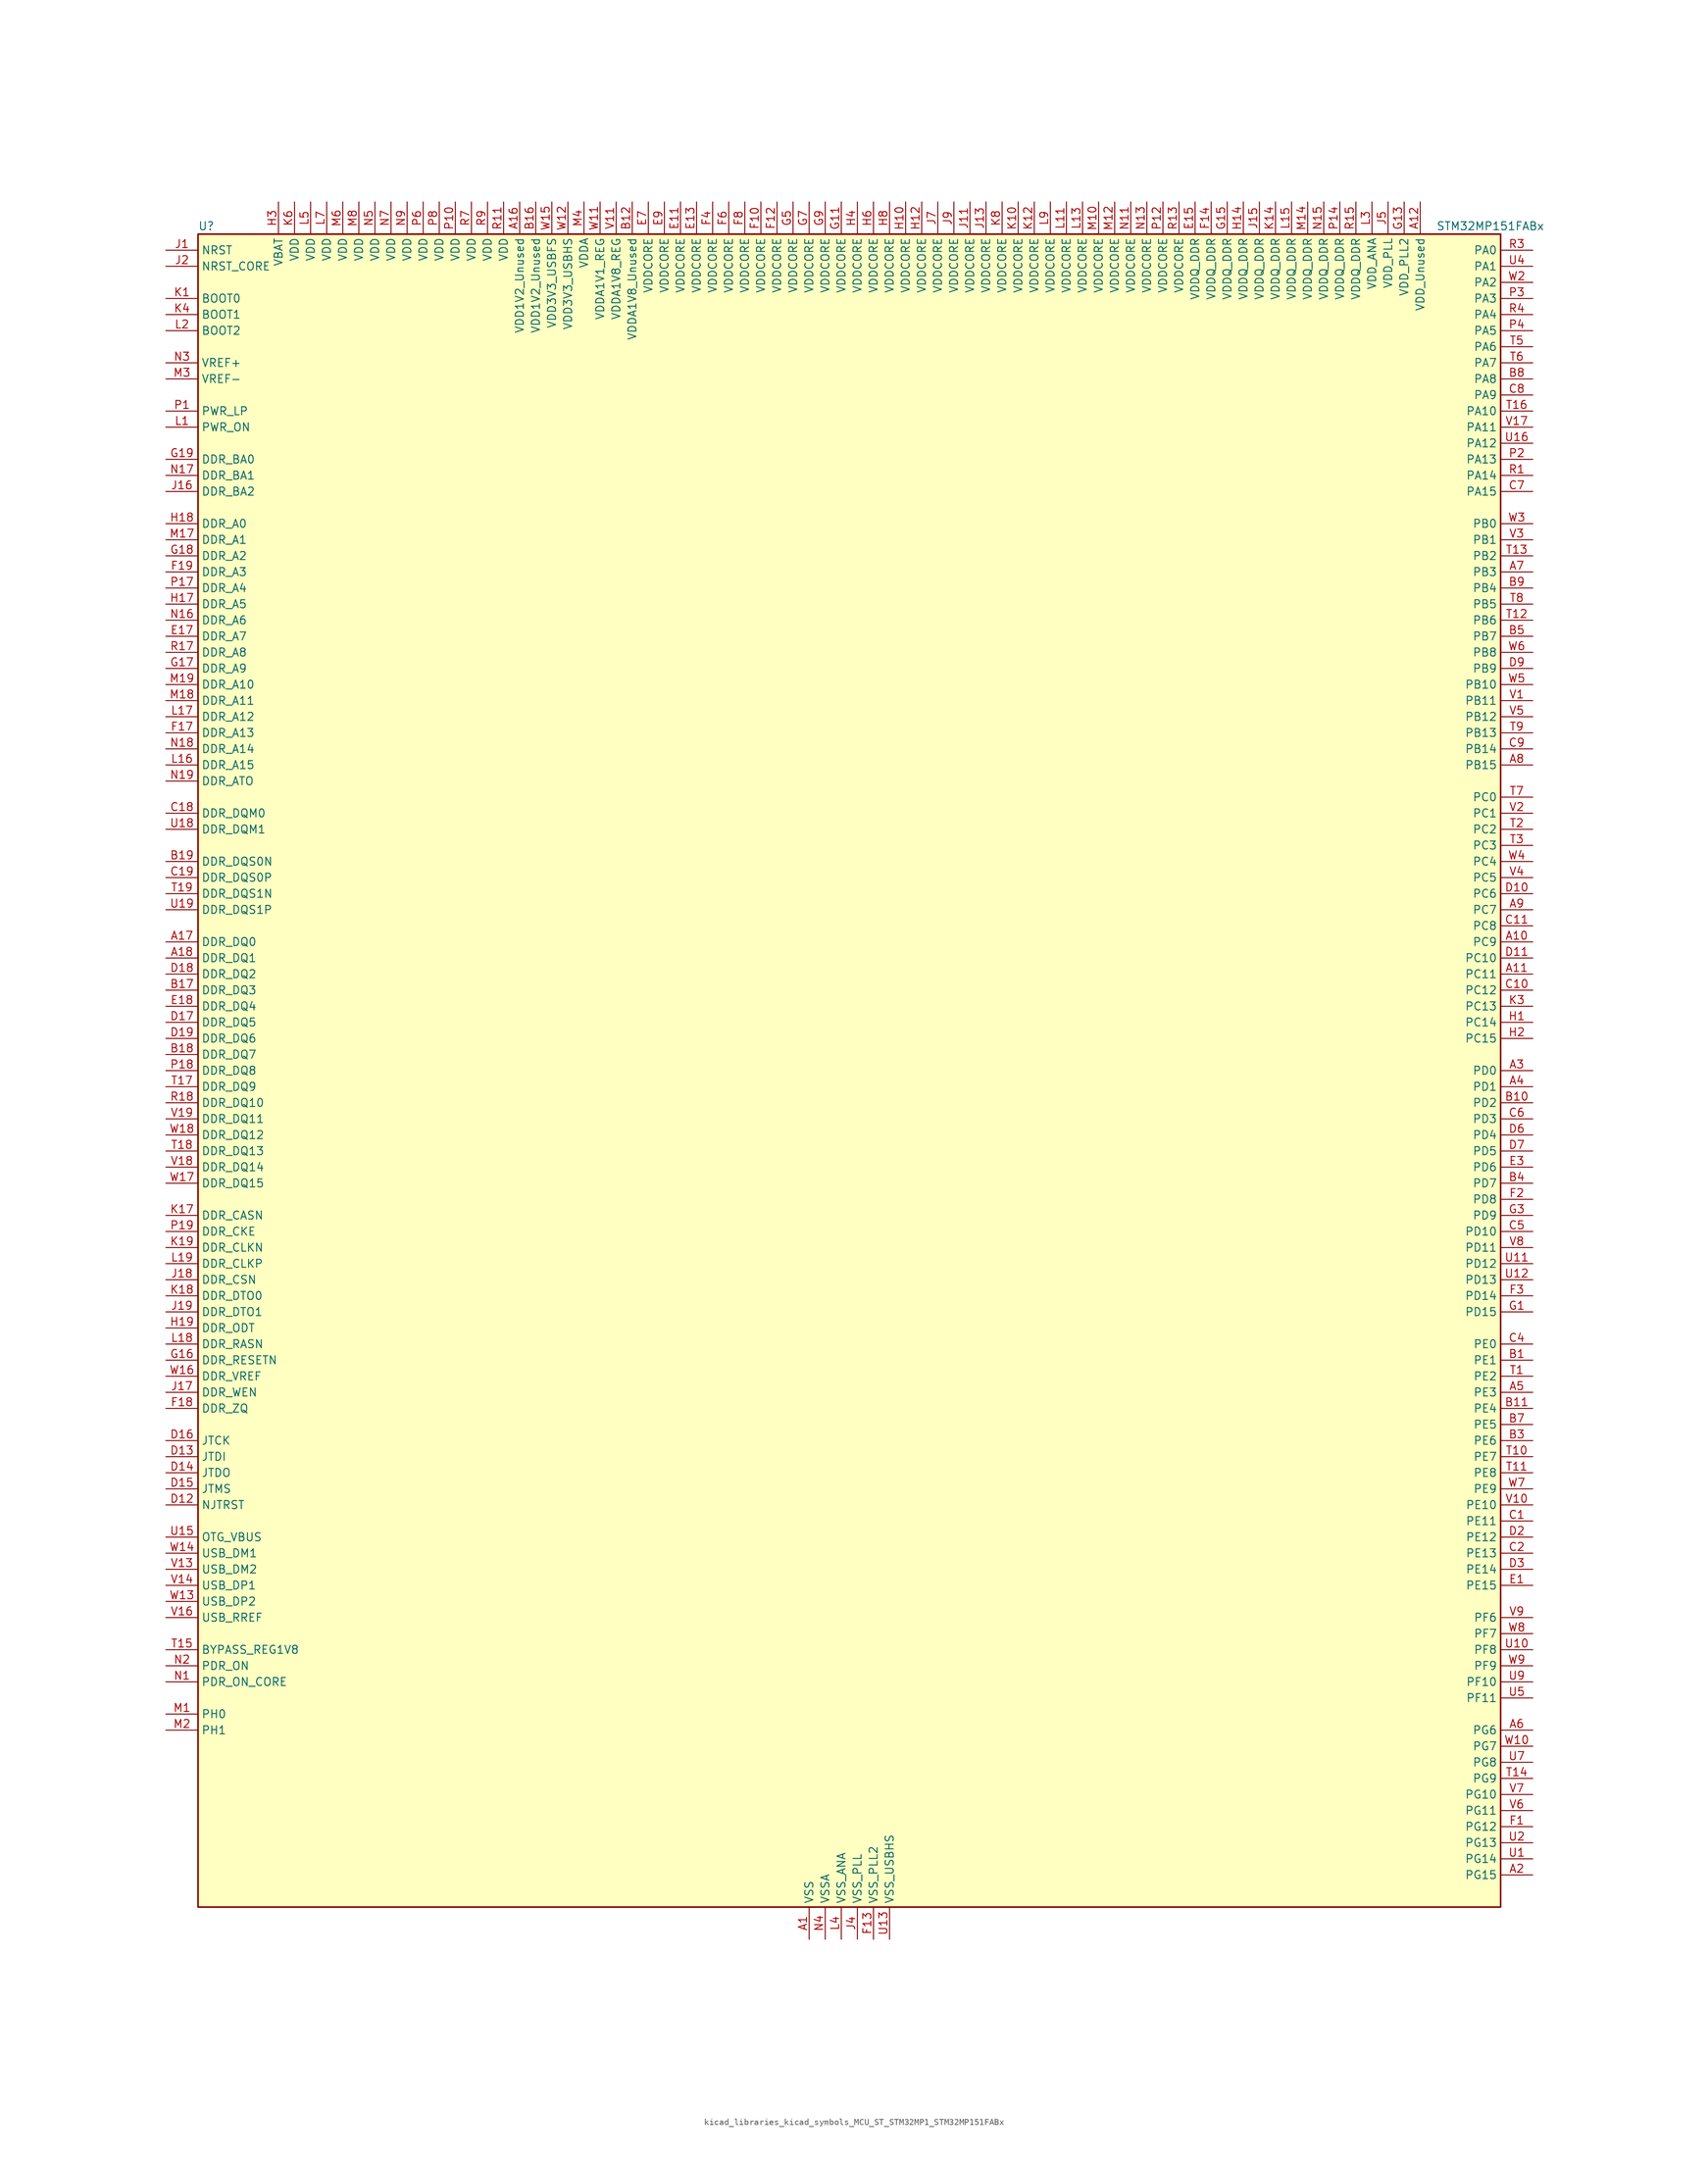
<source format=kicad_sym>
(kicad_symbol_lib
  (version 20220914)
  (generator kicad_symbol_editor)
  (symbol "kicad_libraries_kicad_symbols_MCU_ST_STM32MP1_STM32MP151FABx"
    (property "Reference" "U"
      (at -101.6 133.35 0)
      (effects (font (size 1.27 1.27)) (justify left)))
    (property "Value" "STM32MP151FABx"
      (at 93.98 133.35 0)
      (effects (font (size 1.27 1.27)) (justify left)))
    (property "ki_locked" ""
      (at 0 0 0)
      (effects (font (size 1.27 1.27))))
    (symbol "kicad_libraries_kicad_symbols_MCU_ST_STM32MP1_STM32MP151FABx_0_1"
      (rectangle (start -101.6 -132.08) (end 104.14 132.08) (stroke (width 0.254) (type default)) (fill (type background))))
    (symbol "kicad_libraries_kicad_symbols_MCU_ST_STM32MP1_STM32MP151FABx_1_1"
      (pin power_in line (at -5.08 -137.16 90) (length 5.08) (name "VSS" (effects (font (size 1.27 1.27)))) (number "A1" (effects (font (size 1.27 1.27)))))
      (pin bidirectional line (at 109.22 20.32 180) (length 5.08) (name "PC9" (effects (font (size 1.27 1.27)))) (number "A10" (effects (font (size 1.27 1.27)))) (alternate "DAC1_EXTI9" bidirectional line) (alternate "DCMI_D3" bidirectional line) (alternate "DEBUG_TRACED1" bidirectional line) (alternate "I2C3_SDA" bidirectional line) (alternate "I2S_CKIN" bidirectional line) (alternate "LTDC_B2" bidirectional line) (alternate "QUADSPI_BK1_IO0" bidirectional line) (alternate "SDMMC1_D1" bidirectional line) (alternate "TIM3_CH4" bidirectional line) (alternate "TIM8_CH4" bidirectional line) (alternate "UART5_CTS" bidirectional line))
      (pin bidirectional line (at 109.22 15.24 180) (length 5.08) (name "PC11" (effects (font (size 1.27 1.27)))) (number "A11" (effects (font (size 1.27 1.27)))) (alternate "ADC1_EXTI11" bidirectional line) (alternate "ADC2_EXTI11" bidirectional line) (alternate "DCMI_D4" bidirectional line) (alternate "DEBUG_TRACED3" bidirectional line) (alternate "DFSDM1_DATIN5" bidirectional line) (alternate "I2S3_SDI" bidirectional line) (alternate "QUADSPI_BK2_NCS" bidirectional line) (alternate "SAI4_SCK_B" bidirectional line) (alternate "SDMMC1_D3" bidirectional line) (alternate "SPI3_MISO" bidirectional line) (alternate "UART4_RX" bidirectional line) (alternate "USART3_RX" bidirectional line))
      (pin power_in line (at 91.44 137.16 270) (length 5.08) (name "VDD_Unused" (effects (font (size 1.27 1.27)))) (number "A12" (effects (font (size 1.27 1.27)))))
      (pin no_connect line (at -101.6 -132.08 0) (length 5.08) hide (name "DNU" (effects (font (size 1.27 1.27)))) (number "A13" (effects (font (size 1.27 1.27)))))
      (pin no_connect line (at -101.6 -129.54 0) (length 5.08) hide (name "DNU" (effects (font (size 1.27 1.27)))) (number "A14" (effects (font (size 1.27 1.27)))))
      (pin no_connect line (at -101.6 -127 0) (length 5.08) hide (name "DNU" (effects (font (size 1.27 1.27)))) (number "A15" (effects (font (size 1.27 1.27)))))
      (pin power_in line (at -50.8 137.16 270) (length 5.08) (name "VDD1V2_Unused" (effects (font (size 1.27 1.27)))) (number "A16" (effects (font (size 1.27 1.27)))))
      (pin bidirectional line (at -106.68 20.32 0) (length 5.08) (name "DDR_DQ0" (effects (font (size 1.27 1.27)))) (number "A17" (effects (font (size 1.27 1.27)))) (alternate "DDR_DQ0" bidirectional line))
      (pin bidirectional line (at -106.68 17.78 0) (length 5.08) (name "DDR_DQ1" (effects (font (size 1.27 1.27)))) (number "A18" (effects (font (size 1.27 1.27)))) (alternate "DDR_DQ1" bidirectional line))
      (pin passive line (at -5.08 -137.16 90) (length 5.08) hide (name "VSS" (effects (font (size 1.27 1.27)))) (number "A19" (effects (font (size 1.27 1.27)))))
      (pin bidirectional line (at 109.22 -127 180) (length 5.08) (name "PG15" (effects (font (size 1.27 1.27)))) (number "A2" (effects (font (size 1.27 1.27)))) (alternate "ADC1_EXTI15" bidirectional line) (alternate "ADC2_EXTI15" bidirectional line) (alternate "DCMI_D13" bidirectional line) (alternate "DEBUG_TRACED7" bidirectional line) (alternate "I2C2_SDA" bidirectional line) (alternate "SAI1_D2" bidirectional line) (alternate "SAI1_FS_A" bidirectional line) (alternate "SDMMC3_CK" bidirectional line) (alternate "USART6_CTS" bidirectional line) (alternate "USART6_NSS" bidirectional line))
      (pin bidirectional line (at 109.22 0 180) (length 5.08) (name "PD0" (effects (font (size 1.27 1.27)))) (number "A3" (effects (font (size 1.27 1.27)))) (alternate "DFSDM1_CKIN6" bidirectional line) (alternate "DFSDM1_DATIN7" bidirectional line) (alternate "FMC_D2" bidirectional line) (alternate "FMC_DA2" bidirectional line) (alternate "I2C5_SDA" bidirectional line) (alternate "I2C6_SDA" bidirectional line) (alternate "SAI3_SCK_A" bidirectional line) (alternate "SDMMC3_CMD" bidirectional line) (alternate "UART4_RX" bidirectional line))
      (pin bidirectional line (at 109.22 -2.54 180) (length 5.08) (name "PD1" (effects (font (size 1.27 1.27)))) (number "A4" (effects (font (size 1.27 1.27)))) (alternate "DFSDM1_CKIN7" bidirectional line) (alternate "DFSDM1_DATIN6" bidirectional line) (alternate "FMC_D3" bidirectional line) (alternate "FMC_DA3" bidirectional line) (alternate "I2C5_SCL" bidirectional line) (alternate "I2C6_SCL" bidirectional line) (alternate "SAI3_SD_A" bidirectional line) (alternate "SDMMC3_D0" bidirectional line) (alternate "UART4_TX" bidirectional line))
      (pin bidirectional line (at 109.22 -50.8 180) (length 5.08) (name "PE3" (effects (font (size 1.27 1.27)))) (number "A5" (effects (font (size 1.27 1.27)))) (alternate "DEBUG_TRACED0" bidirectional line) (alternate "FMC_A19" bidirectional line) (alternate "SAI1_SD_B" bidirectional line) (alternate "SDMMC2_CK" bidirectional line) (alternate "TIM15_BKIN" bidirectional line))
      (pin bidirectional line (at 109.22 -104.14 180) (length 5.08) (name "PG6" (effects (font (size 1.27 1.27)))) (number "A6" (effects (font (size 1.27 1.27)))) (alternate "DCMI_D12" bidirectional line) (alternate "DEBUG_TRACED14" bidirectional line) (alternate "LTDC_R7" bidirectional line) (alternate "SDMMC2_CMD" bidirectional line) (alternate "TIM17_BKIN" bidirectional line))
      (pin bidirectional line (at 109.22 78.74 180) (length 5.08) (name "PB3" (effects (font (size 1.27 1.27)))) (number "A7" (effects (font (size 1.27 1.27)))) (alternate "DEBUG_TRACED9" bidirectional line) (alternate "I2S1_CK" bidirectional line) (alternate "I2S3_CK" bidirectional line) (alternate "SAI4_CK1" bidirectional line) (alternate "SAI4_MCLK_A" bidirectional line) (alternate "SDMMC2_D2" bidirectional line) (alternate "SPI1_SCK" bidirectional line) (alternate "SPI3_SCK" bidirectional line) (alternate "SPI6_SCK" bidirectional line) (alternate "TIM2_CH2" bidirectional line) (alternate "UART7_RX" bidirectional line))
      (pin bidirectional line (at 109.22 48.26 180) (length 5.08) (name "PB15" (effects (font (size 1.27 1.27)))) (number "A8" (effects (font (size 1.27 1.27)))) (alternate "ADC1_EXTI15" bidirectional line) (alternate "ADC2_EXTI15" bidirectional line) (alternate "DFSDM1_CKIN2" bidirectional line) (alternate "I2S2_SDO" bidirectional line) (alternate "RTC_REFIN" bidirectional line) (alternate "SDMMC2_D1" bidirectional line) (alternate "SPI2_MOSI" bidirectional line) (alternate "TIM12_CH2" bidirectional line) (alternate "TIM1_CH3N" bidirectional line) (alternate "TIM8_CH3N" bidirectional line) (alternate "USART1_RX" bidirectional line))
      (pin bidirectional line (at 109.22 25.4 180) (length 5.08) (name "PC7" (effects (font (size 1.27 1.27)))) (number "A9" (effects (font (size 1.27 1.27)))) (alternate "DCMI_D1" bidirectional line) (alternate "DFSDM1_DATIN3" bidirectional line) (alternate "HDP_HDP4" bidirectional line) (alternate "I2S3_MCK" bidirectional line) (alternate "LTDC_G6" bidirectional line) (alternate "SDMMC1_D123DIR" bidirectional line) (alternate "SDMMC1_D7" bidirectional line) (alternate "SDMMC2_D123DIR" bidirectional line) (alternate "SDMMC2_D7" bidirectional line) (alternate "TIM3_CH2" bidirectional line) (alternate "TIM8_CH2" bidirectional line) (alternate "USART6_RX" bidirectional line))
      (pin bidirectional line (at 109.22 -45.72 180) (length 5.08) (name "PE1" (effects (font (size 1.27 1.27)))) (number "B1" (effects (font (size 1.27 1.27)))) (alternate "DCMI_D3" bidirectional line) (alternate "FMC_NBL1" bidirectional line) (alternate "I2S2_MCK" bidirectional line) (alternate "LPTIM1_IN2" bidirectional line) (alternate "SAI3_SD_B" bidirectional line) (alternate "UART8_TX" bidirectional line))
      (pin bidirectional line (at 109.22 -5.08 180) (length 5.08) (name "PD2" (effects (font (size 1.27 1.27)))) (number "B10" (effects (font (size 1.27 1.27)))) (alternate "DCMI_D11" bidirectional line) (alternate "I2C5_SMBA" bidirectional line) (alternate "SDMMC1_CMD" bidirectional line) (alternate "TIM3_ETR" bidirectional line) (alternate "UART4_RX" bidirectional line) (alternate "UART5_RX" bidirectional line))
      (pin bidirectional line (at 109.22 -53.34 180) (length 5.08) (name "PE4" (effects (font (size 1.27 1.27)))) (number "B11" (effects (font (size 1.27 1.27)))) (alternate "DCMI_D4" bidirectional line) (alternate "DEBUG_TRACED1" bidirectional line) (alternate "DFSDM1_DATIN3" bidirectional line) (alternate "FMC_A20" bidirectional line) (alternate "LTDC_B0" bidirectional line) (alternate "SAI1_D2" bidirectional line) (alternate "SAI1_FS_A" bidirectional line) (alternate "SDMMC1_CKIN" bidirectional line) (alternate "SDMMC1_D4" bidirectional line) (alternate "SDMMC2_CKIN" bidirectional line) (alternate "SDMMC2_D4" bidirectional line) (alternate "SPI4_NSS" bidirectional line) (alternate "TIM15_CH1N" bidirectional line))
      (pin power_in line (at -33.02 137.16 270) (length 5.08) (name "VDDA1V8_Unused" (effects (font (size 1.27 1.27)))) (number "B12" (effects (font (size 1.27 1.27)))))
      (pin no_connect line (at -101.6 -124.46 0) (length 5.08) hide (name "DNU" (effects (font (size 1.27 1.27)))) (number "B13" (effects (font (size 1.27 1.27)))))
      (pin no_connect line (at -101.6 -121.92 0) (length 5.08) hide (name "DNU" (effects (font (size 1.27 1.27)))) (number "B14" (effects (font (size 1.27 1.27)))))
      (pin no_connect line (at -101.6 -119.38 0) (length 5.08) hide (name "DNU" (effects (font (size 1.27 1.27)))) (number "B15" (effects (font (size 1.27 1.27)))))
      (pin power_in line (at -48.26 137.16 270) (length 5.08) (name "VDD1V2_Unused" (effects (font (size 1.27 1.27)))) (number "B16" (effects (font (size 1.27 1.27)))))
      (pin bidirectional line (at -106.68 12.7 0) (length 5.08) (name "DDR_DQ3" (effects (font (size 1.27 1.27)))) (number "B17" (effects (font (size 1.27 1.27)))) (alternate "DDR_DQ3" bidirectional line))
      (pin bidirectional line (at -106.68 2.54 0) (length 5.08) (name "DDR_DQ7" (effects (font (size 1.27 1.27)))) (number "B18" (effects (font (size 1.27 1.27)))) (alternate "DDR_DQ7" bidirectional line))
      (pin bidirectional line (at -106.68 33.02 0) (length 5.08) (name "DDR_DQS0N" (effects (font (size 1.27 1.27)))) (number "B19" (effects (font (size 1.27 1.27)))) (alternate "DDR_DQS0N" bidirectional line))
      (pin passive line (at -5.08 -137.16 90) (length 5.08) hide (name "VSS" (effects (font (size 1.27 1.27)))) (number "B2" (effects (font (size 1.27 1.27)))))
      (pin bidirectional line (at 109.22 -58.42 180) (length 5.08) (name "PE6" (effects (font (size 1.27 1.27)))) (number "B3" (effects (font (size 1.27 1.27)))) (alternate "DCMI_D7" bidirectional line) (alternate "DEBUG_TRACED2" bidirectional line) (alternate "FMC_A22" bidirectional line) (alternate "LTDC_G1" bidirectional line) (alternate "SAI1_D1" bidirectional line) (alternate "SAI1_SD_A" bidirectional line) (alternate "SAI2_MCLK_B" bidirectional line) (alternate "SDMMC1_D2" bidirectional line) (alternate "SDMMC2_D0" bidirectional line) (alternate "SPI4_MOSI" bidirectional line) (alternate "TIM15_CH2" bidirectional line) (alternate "TIM1_BKIN2" bidirectional line))
      (pin bidirectional line (at 109.22 -17.78 180) (length 5.08) (name "PD7" (effects (font (size 1.27 1.27)))) (number "B4" (effects (font (size 1.27 1.27)))) (alternate "DEBUG_TRACED6" bidirectional line) (alternate "DFSDM1_CKIN1" bidirectional line) (alternate "DFSDM1_DATIN4" bidirectional line) (alternate "FMC_NE1" bidirectional line) (alternate "I2C2_SCL" bidirectional line) (alternate "SDMMC3_D3" bidirectional line) (alternate "SPDIFRX_IN0" bidirectional line) (alternate "USART2_CK" bidirectional line))
      (pin bidirectional line (at 109.22 68.58 180) (length 5.08) (name "PB7" (effects (font (size 1.27 1.27)))) (number "B5" (effects (font (size 1.27 1.27)))) (alternate "DCMI_VSYNC" bidirectional line) (alternate "DFSDM1_CKIN5" bidirectional line) (alternate "FMC_NL" bidirectional line) (alternate "I2C1_SDA" bidirectional line) (alternate "I2C4_SDA" bidirectional line) (alternate "SDMMC2_D1" bidirectional line) (alternate "TIM17_CH1N" bidirectional line) (alternate "TIM4_CH2" bidirectional line) (alternate "USART1_RX" bidirectional line))
      (pin passive line (at -5.08 -137.16 90) (length 5.08) hide (name "VSS" (effects (font (size 1.27 1.27)))) (number "B6" (effects (font (size 1.27 1.27)))))
      (pin bidirectional line (at 109.22 -55.88 180) (length 5.08) (name "PE5" (effects (font (size 1.27 1.27)))) (number "B7" (effects (font (size 1.27 1.27)))) (alternate "DCMI_D6" bidirectional line) (alternate "DEBUG_TRACED3" bidirectional line) (alternate "DFSDM1_CKIN3" bidirectional line) (alternate "FMC_A21" bidirectional line) (alternate "LTDC_G0" bidirectional line) (alternate "SAI1_CK2" bidirectional line) (alternate "SAI1_SCK_A" bidirectional line) (alternate "SDMMC1_D0DIR" bidirectional line) (alternate "SDMMC1_D6" bidirectional line) (alternate "SDMMC2_D0DIR" bidirectional line) (alternate "SDMMC2_D6" bidirectional line) (alternate "SPI4_MISO" bidirectional line) (alternate "TIM15_CH1" bidirectional line))
      (pin bidirectional line (at 109.22 109.22 180) (length 5.08) (name "PA8" (effects (font (size 1.27 1.27)))) (number "B8" (effects (font (size 1.27 1.27)))) (alternate "I2C3_SCL" bidirectional line) (alternate "I2S3_SDO" bidirectional line) (alternate "LTDC_R6" bidirectional line) (alternate "RCC_MCO_1" bidirectional line) (alternate "SAI4_SD_B" bidirectional line) (alternate "SDMMC2_CKIN" bidirectional line) (alternate "SDMMC2_D4" bidirectional line) (alternate "SPI3_MOSI" bidirectional line) (alternate "TIM1_CH1" bidirectional line) (alternate "TIM8_BKIN2" bidirectional line) (alternate "UART7_RX" bidirectional line) (alternate "USART1_CK" bidirectional line) (alternate "USB_OTG_HS_SOF" bidirectional line))
      (pin bidirectional line (at 109.22 76.2 180) (length 5.08) (name "PB4" (effects (font (size 1.27 1.27)))) (number "B9" (effects (font (size 1.27 1.27)))) (alternate "DEBUG_TRACED8" bidirectional line) (alternate "I2S1_SDI" bidirectional line) (alternate "I2S2_WS" bidirectional line) (alternate "I2S3_SDI" bidirectional line) (alternate "SAI4_CK2" bidirectional line) (alternate "SAI4_SCK_A" bidirectional line) (alternate "SDMMC2_D3" bidirectional line) (alternate "SPI1_MISO" bidirectional line) (alternate "SPI2_NSS" bidirectional line) (alternate "SPI3_MISO" bidirectional line) (alternate "SPI6_MISO" bidirectional line) (alternate "TIM16_BKIN" bidirectional line) (alternate "TIM3_CH1" bidirectional line) (alternate "UART7_TX" bidirectional line))
      (pin bidirectional line (at 109.22 -71.12 180) (length 5.08) (name "PE11" (effects (font (size 1.27 1.27)))) (number "C1" (effects (font (size 1.27 1.27)))) (alternate "ADC1_EXTI11" bidirectional line) (alternate "ADC2_EXTI11" bidirectional line) (alternate "DCMI_D4" bidirectional line) (alternate "DFSDM1_CKIN4" bidirectional line) (alternate "FMC_D8" bidirectional line) (alternate "FMC_DA8" bidirectional line) (alternate "LTDC_G3" bidirectional line) (alternate "SAI2_SD_B" bidirectional line) (alternate "SPI4_NSS" bidirectional line) (alternate "TIM1_CH2" bidirectional line) (alternate "USART6_CK" bidirectional line))
      (pin bidirectional line (at 109.22 12.7 180) (length 5.08) (name "PC12" (effects (font (size 1.27 1.27)))) (number "C10" (effects (font (size 1.27 1.27)))) (alternate "DCMI_D9" bidirectional line) (alternate "DEBUG_TRACECLK" bidirectional line) (alternate "I2S3_SDO" bidirectional line) (alternate "RCC_MCO_2" bidirectional line) (alternate "SAI4_D3" bidirectional line) (alternate "SAI4_SD_B" bidirectional line) (alternate "SDMMC1_CK" bidirectional line) (alternate "SPI3_MOSI" bidirectional line) (alternate "UART5_TX" bidirectional line) (alternate "USART3_CK" bidirectional line))
      (pin bidirectional line (at 109.22 22.86 180) (length 5.08) (name "PC8" (effects (font (size 1.27 1.27)))) (number "C11" (effects (font (size 1.27 1.27)))) (alternate "DCMI_D2" bidirectional line) (alternate "DEBUG_TRACED0" bidirectional line) (alternate "SDMMC1_D0" bidirectional line) (alternate "TIM3_CH3" bidirectional line) (alternate "TIM8_CH3" bidirectional line) (alternate "UART4_TX" bidirectional line) (alternate "UART5_DE" bidirectional line) (alternate "UART5_RTS" bidirectional line) (alternate "USART6_CK" bidirectional line))
      (pin passive line (at -5.08 -137.16 90) (length 5.08) hide (name "VSS" (effects (font (size 1.27 1.27)))) (number "C12" (effects (font (size 1.27 1.27)))))
      (pin passive line (at -5.08 -137.16 90) (length 5.08) hide (name "VSS" (effects (font (size 1.27 1.27)))) (number "C13" (effects (font (size 1.27 1.27)))))
      (pin passive line (at -5.08 -137.16 90) (length 5.08) hide (name "VSS" (effects (font (size 1.27 1.27)))) (number "C14" (effects (font (size 1.27 1.27)))))
      (pin passive line (at -5.08 -137.16 90) (length 5.08) hide (name "VSS" (effects (font (size 1.27 1.27)))) (number "C15" (effects (font (size 1.27 1.27)))))
      (pin passive line (at -5.08 -137.16 90) (length 5.08) hide (name "VSS" (effects (font (size 1.27 1.27)))) (number "C16" (effects (font (size 1.27 1.27)))))
      (pin passive line (at -5.08 -137.16 90) (length 5.08) hide (name "VSS" (effects (font (size 1.27 1.27)))) (number "C17" (effects (font (size 1.27 1.27)))))
      (pin bidirectional line (at -106.68 40.64 0) (length 5.08) (name "DDR_DQM0" (effects (font (size 1.27 1.27)))) (number "C18" (effects (font (size 1.27 1.27)))) (alternate "DDR_DQM0" bidirectional line))
      (pin bidirectional line (at -106.68 30.48 0) (length 5.08) (name "DDR_DQS0P" (effects (font (size 1.27 1.27)))) (number "C19" (effects (font (size 1.27 1.27)))) (alternate "DDR_DQS0P" bidirectional line))
      (pin bidirectional line (at 109.22 -76.2 180) (length 5.08) (name "PE13" (effects (font (size 1.27 1.27)))) (number "C2" (effects (font (size 1.27 1.27)))) (alternate "DCMI_D6" bidirectional line) (alternate "DFSDM1_CKIN5" bidirectional line) (alternate "FMC_D10" bidirectional line) (alternate "FMC_DA10" bidirectional line) (alternate "HDP_HDP2" bidirectional line) (alternate "LTDC_DE" bidirectional line) (alternate "SAI2_FS_B" bidirectional line) (alternate "SPI4_MISO" bidirectional line) (alternate "TIM1_CH3" bidirectional line))
      (pin passive line (at -5.08 -137.16 90) (length 5.08) hide (name "VSS" (effects (font (size 1.27 1.27)))) (number "C3" (effects (font (size 1.27 1.27)))))
      (pin bidirectional line (at 109.22 -43.18 180) (length 5.08) (name "PE0" (effects (font (size 1.27 1.27)))) (number "C4" (effects (font (size 1.27 1.27)))) (alternate "DCMI_D2" bidirectional line) (alternate "FMC_NBL0" bidirectional line) (alternate "I2S3_CK" bidirectional line) (alternate "LPTIM1_ETR" bidirectional line) (alternate "LPTIM2_ETR" bidirectional line) (alternate "SAI2_MCLK_A" bidirectional line) (alternate "SAI4_MCLK_B" bidirectional line) (alternate "SPI3_SCK" bidirectional line) (alternate "TIM4_ETR" bidirectional line) (alternate "UART8_RX" bidirectional line))
      (pin bidirectional line (at 109.22 -25.4 180) (length 5.08) (name "PD10" (effects (font (size 1.27 1.27)))) (number "C5" (effects (font (size 1.27 1.27)))) (alternate "DFSDM1_CKOUT" bidirectional line) (alternate "FMC_D15" bidirectional line) (alternate "FMC_DA15" bidirectional line) (alternate "I2C5_SMBA" bidirectional line) (alternate "I2S3_SDI" bidirectional line) (alternate "LTDC_B3" bidirectional line) (alternate "RTC_REFIN" bidirectional line) (alternate "SAI3_FS_B" bidirectional line) (alternate "SPI3_MISO" bidirectional line) (alternate "TIM16_BKIN" bidirectional line) (alternate "USART3_CK" bidirectional line))
      (pin bidirectional line (at 109.22 -7.62 180) (length 5.08) (name "PD3" (effects (font (size 1.27 1.27)))) (number "C6" (effects (font (size 1.27 1.27)))) (alternate "DCMI_D5" bidirectional line) (alternate "DFSDM1_CKOUT" bidirectional line) (alternate "DFSDM1_DATIN0" bidirectional line) (alternate "FMC_CLK" bidirectional line) (alternate "HDP_HDP5" bidirectional line) (alternate "I2S2_CK" bidirectional line) (alternate "LTDC_G7" bidirectional line) (alternate "SDMMC1_D123DIR" bidirectional line) (alternate "SDMMC1_D7" bidirectional line) (alternate "SDMMC2_D123DIR" bidirectional line) (alternate "SDMMC2_D7" bidirectional line) (alternate "SPI2_SCK" bidirectional line) (alternate "USART2_CTS" bidirectional line) (alternate "USART2_NSS" bidirectional line))
      (pin bidirectional line (at 109.22 91.44 180) (length 5.08) (name "PA15" (effects (font (size 1.27 1.27)))) (number "C7" (effects (font (size 1.27 1.27)))) (alternate "ADC1_EXTI15" bidirectional line) (alternate "ADC2_EXTI15" bidirectional line) (alternate "CEC" bidirectional line) (alternate "DEBUG_DBTRGI" bidirectional line) (alternate "I2S1_WS" bidirectional line) (alternate "I2S3_WS" bidirectional line) (alternate "LTDC_R1" bidirectional line) (alternate "SAI4_D2" bidirectional line) (alternate "SAI4_FS_A" bidirectional line) (alternate "SDMMC1_CDIR" bidirectional line) (alternate "SDMMC1_D5" bidirectional line) (alternate "SDMMC2_CDIR" bidirectional line) (alternate "SDMMC2_D5" bidirectional line) (alternate "SPI1_NSS" bidirectional line) (alternate "SPI3_NSS" bidirectional line) (alternate "SPI6_NSS" bidirectional line) (alternate "TIM2_CH1" bidirectional line) (alternate "TIM2_ETR" bidirectional line) (alternate "UART4_DE" bidirectional line) (alternate "UART4_RTS" bidirectional line) (alternate "UART7_TX" bidirectional line))
      (pin bidirectional line (at 109.22 106.68 180) (length 5.08) (name "PA9" (effects (font (size 1.27 1.27)))) (number "C8" (effects (font (size 1.27 1.27)))) (alternate "DAC1_EXTI9" bidirectional line) (alternate "DCMI_D0" bidirectional line) (alternate "I2C3_SMBA" bidirectional line) (alternate "I2S2_CK" bidirectional line) (alternate "LTDC_R5" bidirectional line) (alternate "SDMMC2_CDIR" bidirectional line) (alternate "SDMMC2_D5" bidirectional line) (alternate "SPI2_SCK" bidirectional line) (alternate "TIM1_CH2" bidirectional line) (alternate "USART1_TX" bidirectional line))
      (pin bidirectional line (at 109.22 50.8 180) (length 5.08) (name "PB14" (effects (font (size 1.27 1.27)))) (number "C9" (effects (font (size 1.27 1.27)))) (alternate "DFSDM1_DATIN2" bidirectional line) (alternate "I2S2_SDI" bidirectional line) (alternate "SDMMC2_D0" bidirectional line) (alternate "SPI2_MISO" bidirectional line) (alternate "TIM12_CH1" bidirectional line) (alternate "TIM1_CH2N" bidirectional line) (alternate "TIM8_CH2N" bidirectional line) (alternate "USART1_TX" bidirectional line) (alternate "USART3_DE" bidirectional line) (alternate "USART3_RTS" bidirectional line))
      (pin passive line (at -5.08 -137.16 90) (length 5.08) hide (name "VSS" (effects (font (size 1.27 1.27)))) (number "D1" (effects (font (size 1.27 1.27)))))
      (pin bidirectional line (at 109.22 27.94 180) (length 5.08) (name "PC6" (effects (font (size 1.27 1.27)))) (number "D10" (effects (font (size 1.27 1.27)))) (alternate "DCMI_D0" bidirectional line) (alternate "DFSDM1_CKIN3" bidirectional line) (alternate "HDP_HDP1" bidirectional line) (alternate "I2S2_MCK" bidirectional line) (alternate "LTDC_HSYNC" bidirectional line) (alternate "SDMMC1_D0DIR" bidirectional line) (alternate "SDMMC1_D6" bidirectional line) (alternate "SDMMC2_D0DIR" bidirectional line) (alternate "SDMMC2_D6" bidirectional line) (alternate "TIM3_CH1" bidirectional line) (alternate "TIM8_CH1" bidirectional line) (alternate "USART6_TX" bidirectional line))
      (pin bidirectional line (at 109.22 17.78 180) (length 5.08) (name "PC10" (effects (font (size 1.27 1.27)))) (number "D11" (effects (font (size 1.27 1.27)))) (alternate "DCMI_D8" bidirectional line) (alternate "DEBUG_TRACED2" bidirectional line) (alternate "DFSDM1_CKIN5" bidirectional line) (alternate "I2S3_CK" bidirectional line) (alternate "LTDC_R2" bidirectional line) (alternate "QUADSPI_BK1_IO1" bidirectional line) (alternate "SAI4_MCLK_B" bidirectional line) (alternate "SDMMC1_D2" bidirectional line) (alternate "SPI3_SCK" bidirectional line) (alternate "UART4_TX" bidirectional line) (alternate "USART3_TX" bidirectional line))
      (pin bidirectional line (at -106.68 -68.58 0) (length 5.08) (name "NJTRST" (effects (font (size 1.27 1.27)))) (number "D12" (effects (font (size 1.27 1.27)))) (alternate "DEBUG_JTRST" bidirectional line))
      (pin bidirectional line (at -106.68 -60.96 0) (length 5.08) (name "JTDI" (effects (font (size 1.27 1.27)))) (number "D13" (effects (font (size 1.27 1.27)))) (alternate "DEBUG_JTDI" bidirectional line))
      (pin bidirectional line (at -106.68 -63.5 0) (length 5.08) (name "JTDO" (effects (font (size 1.27 1.27)))) (number "D14" (effects (font (size 1.27 1.27)))) (alternate "DEBUG_JTDO-SWO" bidirectional line))
      (pin bidirectional line (at -106.68 -66.04 0) (length 5.08) (name "JTMS" (effects (font (size 1.27 1.27)))) (number "D15" (effects (font (size 1.27 1.27)))) (alternate "DEBUG_JTMS-SWDIO" bidirectional line))
      (pin bidirectional line (at -106.68 -58.42 0) (length 5.08) (name "JTCK" (effects (font (size 1.27 1.27)))) (number "D16" (effects (font (size 1.27 1.27)))) (alternate "DEBUG_JTCK-SWCLK" bidirectional line))
      (pin bidirectional line (at -106.68 7.62 0) (length 5.08) (name "DDR_DQ5" (effects (font (size 1.27 1.27)))) (number "D17" (effects (font (size 1.27 1.27)))) (alternate "DDR_DQ5" bidirectional line))
      (pin bidirectional line (at -106.68 15.24 0) (length 5.08) (name "DDR_DQ2" (effects (font (size 1.27 1.27)))) (number "D18" (effects (font (size 1.27 1.27)))) (alternate "DDR_DQ2" bidirectional line))
      (pin bidirectional line (at -106.68 5.08 0) (length 5.08) (name "DDR_DQ6" (effects (font (size 1.27 1.27)))) (number "D19" (effects (font (size 1.27 1.27)))) (alternate "DDR_DQ6" bidirectional line))
      (pin bidirectional line (at 109.22 -73.66 180) (length 5.08) (name "PE12" (effects (font (size 1.27 1.27)))) (number "D2" (effects (font (size 1.27 1.27)))) (alternate "DFSDM1_DATIN5" bidirectional line) (alternate "FMC_D9" bidirectional line) (alternate "FMC_DA9" bidirectional line) (alternate "LTDC_B4" bidirectional line) (alternate "SAI2_SCK_B" bidirectional line) (alternate "SDMMC1_D0DIR" bidirectional line) (alternate "SPI4_SCK" bidirectional line) (alternate "TIM1_CH3N" bidirectional line))
      (pin bidirectional line (at 109.22 -78.74 180) (length 5.08) (name "PE14" (effects (font (size 1.27 1.27)))) (number "D3" (effects (font (size 1.27 1.27)))) (alternate "FMC_D11" bidirectional line) (alternate "FMC_DA11" bidirectional line) (alternate "LTDC_CLK" bidirectional line) (alternate "LTDC_G0" bidirectional line) (alternate "SAI2_MCLK_B" bidirectional line) (alternate "SDMMC1_D123DIR" bidirectional line) (alternate "SPI4_MOSI" bidirectional line) (alternate "TIM1_CH4" bidirectional line) (alternate "UART8_DE" bidirectional line) (alternate "UART8_RTS" bidirectional line))
      (pin passive line (at -5.08 -137.16 90) (length 5.08) hide (name "VSS" (effects (font (size 1.27 1.27)))) (number "D4" (effects (font (size 1.27 1.27)))))
      (pin passive line (at -5.08 -137.16 90) (length 5.08) hide (name "VSS" (effects (font (size 1.27 1.27)))) (number "D5" (effects (font (size 1.27 1.27)))))
      (pin bidirectional line (at 109.22 -10.16 180) (length 5.08) (name "PD4" (effects (font (size 1.27 1.27)))) (number "D6" (effects (font (size 1.27 1.27)))) (alternate "DFSDM1_CKIN0" bidirectional line) (alternate "FMC_NOE" bidirectional line) (alternate "SAI3_FS_A" bidirectional line) (alternate "SDMMC3_D1" bidirectional line) (alternate "USART2_DE" bidirectional line) (alternate "USART2_RTS" bidirectional line))
      (pin bidirectional line (at 109.22 -12.7 180) (length 5.08) (name "PD5" (effects (font (size 1.27 1.27)))) (number "D7" (effects (font (size 1.27 1.27)))) (alternate "FMC_NWE" bidirectional line) (alternate "SDMMC3_D2" bidirectional line) (alternate "USART2_TX" bidirectional line))
      (pin passive line (at -5.08 -137.16 90) (length 5.08) hide (name "VSS" (effects (font (size 1.27 1.27)))) (number "D8" (effects (font (size 1.27 1.27)))))
      (pin bidirectional line (at 109.22 63.5 180) (length 5.08) (name "PB9" (effects (font (size 1.27 1.27)))) (number "D9" (effects (font (size 1.27 1.27)))) (alternate "DAC1_EXTI9" bidirectional line) (alternate "DCMI_D7" bidirectional line) (alternate "DFSDM1_DATIN7" bidirectional line) (alternate "HDP_HDP7" bidirectional line) (alternate "I2C1_SDA" bidirectional line) (alternate "I2C4_SDA" bidirectional line) (alternate "I2S2_WS" bidirectional line) (alternate "LTDC_B7" bidirectional line) (alternate "SDMMC1_CDIR" bidirectional line) (alternate "SDMMC1_D5" bidirectional line) (alternate "SDMMC2_CDIR" bidirectional line) (alternate "SDMMC2_D5" bidirectional line) (alternate "SPI2_NSS" bidirectional line) (alternate "TIM17_CH1" bidirectional line) (alternate "TIM4_CH4" bidirectional line) (alternate "UART4_TX" bidirectional line))
      (pin bidirectional line (at 109.22 -81.28 180) (length 5.08) (name "PE15" (effects (font (size 1.27 1.27)))) (number "E1" (effects (font (size 1.27 1.27)))) (alternate "ADC1_EXTI15" bidirectional line) (alternate "ADC2_EXTI15" bidirectional line) (alternate "FMC_D12" bidirectional line) (alternate "FMC_DA12" bidirectional line) (alternate "FMC_NCE2" bidirectional line) (alternate "HDP_HDP3" bidirectional line) (alternate "LTDC_R7" bidirectional line) (alternate "TIM15_BKIN" bidirectional line) (alternate "TIM1_BKIN" bidirectional line) (alternate "UART8_CTS" bidirectional line) (alternate "USART2_CTS" bidirectional line) (alternate "USART2_NSS" bidirectional line))
      (pin passive line (at -5.08 -137.16 90) (length 5.08) hide (name "VSS" (effects (font (size 1.27 1.27)))) (number "E10" (effects (font (size 1.27 1.27)))))
      (pin power_in line (at -25.4 137.16 270) (length 5.08) (name "VDDCORE" (effects (font (size 1.27 1.27)))) (number "E11" (effects (font (size 1.27 1.27)))))
      (pin passive line (at -5.08 -137.16 90) (length 5.08) hide (name "VSS" (effects (font (size 1.27 1.27)))) (number "E12" (effects (font (size 1.27 1.27)))))
      (pin power_in line (at -22.86 137.16 270) (length 5.08) (name "VDDCORE" (effects (font (size 1.27 1.27)))) (number "E13" (effects (font (size 1.27 1.27)))))
      (pin passive line (at -5.08 -137.16 90) (length 5.08) hide (name "VSS" (effects (font (size 1.27 1.27)))) (number "E14" (effects (font (size 1.27 1.27)))))
      (pin power_in line (at 55.88 137.16 270) (length 5.08) (name "VDDQ_DDR" (effects (font (size 1.27 1.27)))) (number "E15" (effects (font (size 1.27 1.27)))))
      (pin passive line (at -5.08 -137.16 90) (length 5.08) hide (name "VSS" (effects (font (size 1.27 1.27)))) (number "E16" (effects (font (size 1.27 1.27)))))
      (pin bidirectional line (at -106.68 68.58 0) (length 5.08) (name "DDR_A7" (effects (font (size 1.27 1.27)))) (number "E17" (effects (font (size 1.27 1.27)))) (alternate "DDR_A7" bidirectional line))
      (pin bidirectional line (at -106.68 10.16 0) (length 5.08) (name "DDR_DQ4" (effects (font (size 1.27 1.27)))) (number "E18" (effects (font (size 1.27 1.27)))) (alternate "DDR_DQ4" bidirectional line))
      (pin passive line (at -5.08 -137.16 90) (length 5.08) hide (name "VSS" (effects (font (size 1.27 1.27)))) (number "E2" (effects (font (size 1.27 1.27)))))
      (pin bidirectional line (at 109.22 -15.24 180) (length 5.08) (name "PD6" (effects (font (size 1.27 1.27)))) (number "E3" (effects (font (size 1.27 1.27)))) (alternate "DCMI_D10" bidirectional line) (alternate "DFSDM1_CKIN4" bidirectional line) (alternate "DFSDM1_DATIN1" bidirectional line) (alternate "FMC_NWAIT" bidirectional line) (alternate "I2S3_SDO" bidirectional line) (alternate "LTDC_B2" bidirectional line) (alternate "SAI1_D1" bidirectional line) (alternate "SAI1_SD_A" bidirectional line) (alternate "SPI3_MOSI" bidirectional line) (alternate "TIM16_CH1N" bidirectional line) (alternate "USART2_RX" bidirectional line))
      (pin passive line (at -5.08 -137.16 90) (length 5.08) hide (name "VSS" (effects (font (size 1.27 1.27)))) (number "E4" (effects (font (size 1.27 1.27)))))
      (pin passive line (at -5.08 -137.16 90) (length 5.08) hide (name "VSS" (effects (font (size 1.27 1.27)))) (number "E5" (effects (font (size 1.27 1.27)))))
      (pin passive line (at -5.08 -137.16 90) (length 5.08) hide (name "VSS" (effects (font (size 1.27 1.27)))) (number "E6" (effects (font (size 1.27 1.27)))))
      (pin power_in line (at -30.48 137.16 270) (length 5.08) (name "VDDCORE" (effects (font (size 1.27 1.27)))) (number "E7" (effects (font (size 1.27 1.27)))))
      (pin passive line (at -5.08 -137.16 90) (length 5.08) hide (name "VSS" (effects (font (size 1.27 1.27)))) (number "E8" (effects (font (size 1.27 1.27)))))
      (pin power_in line (at -27.94 137.16 270) (length 5.08) (name "VDDCORE" (effects (font (size 1.27 1.27)))) (number "E9" (effects (font (size 1.27 1.27)))))
      (pin bidirectional line (at 109.22 -119.38 180) (length 5.08) (name "PG12" (effects (font (size 1.27 1.27)))) (number "F1" (effects (font (size 1.27 1.27)))) (alternate "ETH1_PHY_INTN" bidirectional line) (alternate "FMC_NE4" bidirectional line) (alternate "LPTIM1_IN1" bidirectional line) (alternate "LTDC_B1" bidirectional line) (alternate "LTDC_B4" bidirectional line) (alternate "SAI4_CK2" bidirectional line) (alternate "SAI4_SCK_A" bidirectional line) (alternate "SPDIFRX_IN1" bidirectional line) (alternate "SPI6_MISO" bidirectional line) (alternate "USART6_DE" bidirectional line) (alternate "USART6_RTS" bidirectional line))
      (pin power_in line (at -12.7 137.16 270) (length 5.08) (name "VDDCORE" (effects (font (size 1.27 1.27)))) (number "F10" (effects (font (size 1.27 1.27)))))
      (pin passive line (at -5.08 -137.16 90) (length 5.08) hide (name "VSS" (effects (font (size 1.27 1.27)))) (number "F11" (effects (font (size 1.27 1.27)))))
      (pin power_in line (at -10.16 137.16 270) (length 5.08) (name "VDDCORE" (effects (font (size 1.27 1.27)))) (number "F12" (effects (font (size 1.27 1.27)))))
      (pin power_in line (at 5.08 -137.16 90) (length 5.08) (name "VSS_PLL2" (effects (font (size 1.27 1.27)))) (number "F13" (effects (font (size 1.27 1.27)))))
      (pin power_in line (at 58.42 137.16 270) (length 5.08) (name "VDDQ_DDR" (effects (font (size 1.27 1.27)))) (number "F14" (effects (font (size 1.27 1.27)))))
      (pin passive line (at -5.08 -137.16 90) (length 5.08) hide (name "VSS" (effects (font (size 1.27 1.27)))) (number "F15" (effects (font (size 1.27 1.27)))))
      (pin bidirectional line (at -106.68 53.34 0) (length 5.08) (name "DDR_A13" (effects (font (size 1.27 1.27)))) (number "F17" (effects (font (size 1.27 1.27)))) (alternate "DDR_A13" bidirectional line))
      (pin bidirectional line (at -106.68 -53.34 0) (length 5.08) (name "DDR_ZQ" (effects (font (size 1.27 1.27)))) (number "F18" (effects (font (size 1.27 1.27)))) (alternate "DDR_ZQ" bidirectional line))
      (pin bidirectional line (at -106.68 78.74 0) (length 5.08) (name "DDR_A3" (effects (font (size 1.27 1.27)))) (number "F19" (effects (font (size 1.27 1.27)))) (alternate "DDR_A3" bidirectional line))
      (pin bidirectional line (at 109.22 -20.32 180) (length 5.08) (name "PD8" (effects (font (size 1.27 1.27)))) (number "F2" (effects (font (size 1.27 1.27)))) (alternate "DFSDM1_CKIN3" bidirectional line) (alternate "FMC_D13" bidirectional line) (alternate "FMC_DA13" bidirectional line) (alternate "LTDC_B7" bidirectional line) (alternate "SAI3_SCK_B" bidirectional line) (alternate "SPDIFRX_IN1" bidirectional line) (alternate "USART3_TX" bidirectional line))
      (pin bidirectional line (at 109.22 -35.56 180) (length 5.08) (name "PD14" (effects (font (size 1.27 1.27)))) (number "F3" (effects (font (size 1.27 1.27)))) (alternate "FMC_D0" bidirectional line) (alternate "FMC_DA0" bidirectional line) (alternate "SAI3_MCLK_B" bidirectional line) (alternate "TIM4_CH3" bidirectional line) (alternate "UART8_CTS" bidirectional line))
      (pin power_in line (at -20.32 137.16 270) (length 5.08) (name "VDDCORE" (effects (font (size 1.27 1.27)))) (number "F4" (effects (font (size 1.27 1.27)))))
      (pin passive line (at -5.08 -137.16 90) (length 5.08) hide (name "VSS" (effects (font (size 1.27 1.27)))) (number "F5" (effects (font (size 1.27 1.27)))))
      (pin power_in line (at -17.78 137.16 270) (length 5.08) (name "VDDCORE" (effects (font (size 1.27 1.27)))) (number "F6" (effects (font (size 1.27 1.27)))))
      (pin passive line (at -5.08 -137.16 90) (length 5.08) hide (name "VSS" (effects (font (size 1.27 1.27)))) (number "F7" (effects (font (size 1.27 1.27)))))
      (pin power_in line (at -15.24 137.16 270) (length 5.08) (name "VDDCORE" (effects (font (size 1.27 1.27)))) (number "F8" (effects (font (size 1.27 1.27)))))
      (pin passive line (at -5.08 -137.16 90) (length 5.08) hide (name "VSS" (effects (font (size 1.27 1.27)))) (number "F9" (effects (font (size 1.27 1.27)))))
      (pin bidirectional line (at 109.22 -38.1 180) (length 5.08) (name "PD15" (effects (font (size 1.27 1.27)))) (number "G1" (effects (font (size 1.27 1.27)))) (alternate "ADC1_EXTI15" bidirectional line) (alternate "ADC2_EXTI15" bidirectional line) (alternate "FMC_D1" bidirectional line) (alternate "FMC_DA1" bidirectional line) (alternate "LTDC_R1" bidirectional line) (alternate "SAI3_MCLK_A" bidirectional line) (alternate "TIM4_CH4" bidirectional line) (alternate "UART8_CTS" bidirectional line))
      (pin passive line (at -5.08 -137.16 90) (length 5.08) hide (name "VSS" (effects (font (size 1.27 1.27)))) (number "G10" (effects (font (size 1.27 1.27)))))
      (pin power_in line (at 0 137.16 270) (length 5.08) (name "VDDCORE" (effects (font (size 1.27 1.27)))) (number "G11" (effects (font (size 1.27 1.27)))))
      (pin passive line (at -5.08 -137.16 90) (length 5.08) hide (name "VSS" (effects (font (size 1.27 1.27)))) (number "G12" (effects (font (size 1.27 1.27)))))
      (pin power_in line (at 88.9 137.16 270) (length 5.08) (name "VDD_PLL2" (effects (font (size 1.27 1.27)))) (number "G13" (effects (font (size 1.27 1.27)))))
      (pin passive line (at -5.08 -137.16 90) (length 5.08) hide (name "VSS" (effects (font (size 1.27 1.27)))) (number "G14" (effects (font (size 1.27 1.27)))))
      (pin power_in line (at 60.96 137.16 270) (length 5.08) (name "VDDQ_DDR" (effects (font (size 1.27 1.27)))) (number "G15" (effects (font (size 1.27 1.27)))))
      (pin bidirectional line (at -106.68 -45.72 0) (length 5.08) (name "DDR_RESETN" (effects (font (size 1.27 1.27)))) (number "G16" (effects (font (size 1.27 1.27)))) (alternate "DDR_RESETN" bidirectional line))
      (pin bidirectional line (at -106.68 63.5 0) (length 5.08) (name "DDR_A9" (effects (font (size 1.27 1.27)))) (number "G17" (effects (font (size 1.27 1.27)))) (alternate "DDR_A9" bidirectional line))
      (pin bidirectional line (at -106.68 81.28 0) (length 5.08) (name "DDR_A2" (effects (font (size 1.27 1.27)))) (number "G18" (effects (font (size 1.27 1.27)))) (alternate "DDR_A2" bidirectional line))
      (pin bidirectional line (at -106.68 96.52 0) (length 5.08) (name "DDR_BA0" (effects (font (size 1.27 1.27)))) (number "G19" (effects (font (size 1.27 1.27)))) (alternate "DDR_BA0" bidirectional line))
      (pin passive line (at -5.08 -137.16 90) (length 5.08) hide (name "VSS" (effects (font (size 1.27 1.27)))) (number "G2" (effects (font (size 1.27 1.27)))))
      (pin bidirectional line (at 109.22 -22.86 180) (length 5.08) (name "PD9" (effects (font (size 1.27 1.27)))) (number "G3" (effects (font (size 1.27 1.27)))) (alternate "DAC1_EXTI9" bidirectional line) (alternate "DCMI_HSYNC" bidirectional line) (alternate "DFSDM1_DATIN3" bidirectional line) (alternate "FMC_D14" bidirectional line) (alternate "FMC_DA14" bidirectional line) (alternate "LTDC_B0" bidirectional line) (alternate "SAI3_SD_B" bidirectional line) (alternate "USART3_RX" bidirectional line))
      (pin passive line (at -5.08 -137.16 90) (length 5.08) hide (name "VSS" (effects (font (size 1.27 1.27)))) (number "G4" (effects (font (size 1.27 1.27)))))
      (pin power_in line (at -7.62 137.16 270) (length 5.08) (name "VDDCORE" (effects (font (size 1.27 1.27)))) (number "G5" (effects (font (size 1.27 1.27)))))
      (pin passive line (at -5.08 -137.16 90) (length 5.08) hide (name "VSS" (effects (font (size 1.27 1.27)))) (number "G6" (effects (font (size 1.27 1.27)))))
      (pin power_in line (at -5.08 137.16 270) (length 5.08) (name "VDDCORE" (effects (font (size 1.27 1.27)))) (number "G7" (effects (font (size 1.27 1.27)))))
      (pin passive line (at -5.08 -137.16 90) (length 5.08) hide (name "VSS" (effects (font (size 1.27 1.27)))) (number "G8" (effects (font (size 1.27 1.27)))))
      (pin power_in line (at -2.54 137.16 270) (length 5.08) (name "VDDCORE" (effects (font (size 1.27 1.27)))) (number "G9" (effects (font (size 1.27 1.27)))))
      (pin bidirectional line (at 109.22 7.62 180) (length 5.08) (name "PC14" (effects (font (size 1.27 1.27)))) (number "H1" (effects (font (size 1.27 1.27)))) (alternate "RCC_OSC32_IN" bidirectional line))
      (pin power_in line (at 10.16 137.16 270) (length 5.08) (name "VDDCORE" (effects (font (size 1.27 1.27)))) (number "H10" (effects (font (size 1.27 1.27)))))
      (pin passive line (at -5.08 -137.16 90) (length 5.08) hide (name "VSS" (effects (font (size 1.27 1.27)))) (number "H11" (effects (font (size 1.27 1.27)))))
      (pin power_in line (at 12.7 137.16 270) (length 5.08) (name "VDDCORE" (effects (font (size 1.27 1.27)))) (number "H12" (effects (font (size 1.27 1.27)))))
      (pin passive line (at -5.08 -137.16 90) (length 5.08) hide (name "VSS" (effects (font (size 1.27 1.27)))) (number "H13" (effects (font (size 1.27 1.27)))))
      (pin power_in line (at 63.5 137.16 270) (length 5.08) (name "VDDQ_DDR" (effects (font (size 1.27 1.27)))) (number "H14" (effects (font (size 1.27 1.27)))))
      (pin passive line (at -5.08 -137.16 90) (length 5.08) hide (name "VSS" (effects (font (size 1.27 1.27)))) (number "H15" (effects (font (size 1.27 1.27)))))
      (pin bidirectional line (at -106.68 73.66 0) (length 5.08) (name "DDR_A5" (effects (font (size 1.27 1.27)))) (number "H17" (effects (font (size 1.27 1.27)))) (alternate "DDR_A5" bidirectional line))
      (pin bidirectional line (at -106.68 86.36 0) (length 5.08) (name "DDR_A0" (effects (font (size 1.27 1.27)))) (number "H18" (effects (font (size 1.27 1.27)))) (alternate "DDR_A0" bidirectional line))
      (pin bidirectional line (at -106.68 -40.64 0) (length 5.08) (name "DDR_ODT" (effects (font (size 1.27 1.27)))) (number "H19" (effects (font (size 1.27 1.27)))) (alternate "DDR_ODT" bidirectional line))
      (pin bidirectional line (at 109.22 5.08 180) (length 5.08) (name "PC15" (effects (font (size 1.27 1.27)))) (number "H2" (effects (font (size 1.27 1.27)))) (alternate "ADC1_EXTI15" bidirectional line) (alternate "ADC2_EXTI15" bidirectional line) (alternate "RCC_OSC32_OUT" bidirectional line))
      (pin power_in line (at -88.9 137.16 270) (length 5.08) (name "VBAT" (effects (font (size 1.27 1.27)))) (number "H3" (effects (font (size 1.27 1.27)))))
      (pin power_in line (at 2.54 137.16 270) (length 5.08) (name "VDDCORE" (effects (font (size 1.27 1.27)))) (number "H4" (effects (font (size 1.27 1.27)))))
      (pin passive line (at -5.08 -137.16 90) (length 5.08) hide (name "VSS" (effects (font (size 1.27 1.27)))) (number "H5" (effects (font (size 1.27 1.27)))))
      (pin power_in line (at 5.08 137.16 270) (length 5.08) (name "VDDCORE" (effects (font (size 1.27 1.27)))) (number "H6" (effects (font (size 1.27 1.27)))))
      (pin passive line (at -5.08 -137.16 90) (length 5.08) hide (name "VSS" (effects (font (size 1.27 1.27)))) (number "H7" (effects (font (size 1.27 1.27)))))
      (pin power_in line (at 7.62 137.16 270) (length 5.08) (name "VDDCORE" (effects (font (size 1.27 1.27)))) (number "H8" (effects (font (size 1.27 1.27)))))
      (pin passive line (at -5.08 -137.16 90) (length 5.08) hide (name "VSS" (effects (font (size 1.27 1.27)))) (number "H9" (effects (font (size 1.27 1.27)))))
      (pin input line (at -106.68 129.54 0) (length 5.08) (name "NRST" (effects (font (size 1.27 1.27)))) (number "J1" (effects (font (size 1.27 1.27)))))
      (pin passive line (at -5.08 -137.16 90) (length 5.08) hide (name "VSS" (effects (font (size 1.27 1.27)))) (number "J10" (effects (font (size 1.27 1.27)))))
      (pin power_in line (at 20.32 137.16 270) (length 5.08) (name "VDDCORE" (effects (font (size 1.27 1.27)))) (number "J11" (effects (font (size 1.27 1.27)))))
      (pin passive line (at -5.08 -137.16 90) (length 5.08) hide (name "VSS" (effects (font (size 1.27 1.27)))) (number "J12" (effects (font (size 1.27 1.27)))))
      (pin power_in line (at 22.86 137.16 270) (length 5.08) (name "VDDCORE" (effects (font (size 1.27 1.27)))) (number "J13" (effects (font (size 1.27 1.27)))))
      (pin passive line (at -5.08 -137.16 90) (length 5.08) hide (name "VSS" (effects (font (size 1.27 1.27)))) (number "J14" (effects (font (size 1.27 1.27)))))
      (pin power_in line (at 66.04 137.16 270) (length 5.08) (name "VDDQ_DDR" (effects (font (size 1.27 1.27)))) (number "J15" (effects (font (size 1.27 1.27)))))
      (pin bidirectional line (at -106.68 91.44 0) (length 5.08) (name "DDR_BA2" (effects (font (size 1.27 1.27)))) (number "J16" (effects (font (size 1.27 1.27)))) (alternate "DDR_BA2" bidirectional line))
      (pin bidirectional line (at -106.68 -50.8 0) (length 5.08) (name "DDR_WEN" (effects (font (size 1.27 1.27)))) (number "J17" (effects (font (size 1.27 1.27)))) (alternate "DDR_WEN" bidirectional line))
      (pin bidirectional line (at -106.68 -33.02 0) (length 5.08) (name "DDR_CSN" (effects (font (size 1.27 1.27)))) (number "J18" (effects (font (size 1.27 1.27)))) (alternate "DDR_CSN" bidirectional line))
      (pin bidirectional line (at -106.68 -38.1 0) (length 5.08) (name "DDR_DTO1" (effects (font (size 1.27 1.27)))) (number "J19" (effects (font (size 1.27 1.27)))) (alternate "DDR_DTO1" bidirectional line))
      (pin input line (at -106.68 127 0) (length 5.08) (name "NRST_CORE" (effects (font (size 1.27 1.27)))) (number "J2" (effects (font (size 1.27 1.27)))))
      (pin passive line (at -5.08 -137.16 90) (length 5.08) hide (name "VSS" (effects (font (size 1.27 1.27)))) (number "J3" (effects (font (size 1.27 1.27)))))
      (pin power_in line (at 2.54 -137.16 90) (length 5.08) (name "VSS_PLL" (effects (font (size 1.27 1.27)))) (number "J4" (effects (font (size 1.27 1.27)))))
      (pin power_in line (at 86.36 137.16 270) (length 5.08) (name "VDD_PLL" (effects (font (size 1.27 1.27)))) (number "J5" (effects (font (size 1.27 1.27)))))
      (pin passive line (at -5.08 -137.16 90) (length 5.08) hide (name "VSS" (effects (font (size 1.27 1.27)))) (number "J6" (effects (font (size 1.27 1.27)))))
      (pin power_in line (at 15.24 137.16 270) (length 5.08) (name "VDDCORE" (effects (font (size 1.27 1.27)))) (number "J7" (effects (font (size 1.27 1.27)))))
      (pin passive line (at -5.08 -137.16 90) (length 5.08) hide (name "VSS" (effects (font (size 1.27 1.27)))) (number "J8" (effects (font (size 1.27 1.27)))))
      (pin power_in line (at 17.78 137.16 270) (length 5.08) (name "VDDCORE" (effects (font (size 1.27 1.27)))) (number "J9" (effects (font (size 1.27 1.27)))))
      (pin input line (at -106.68 121.92 0) (length 5.08) (name "BOOT0" (effects (font (size 1.27 1.27)))) (number "K1" (effects (font (size 1.27 1.27)))))
      (pin power_in line (at 27.94 137.16 270) (length 5.08) (name "VDDCORE" (effects (font (size 1.27 1.27)))) (number "K10" (effects (font (size 1.27 1.27)))))
      (pin passive line (at -5.08 -137.16 90) (length 5.08) hide (name "VSS" (effects (font (size 1.27 1.27)))) (number "K11" (effects (font (size 1.27 1.27)))))
      (pin power_in line (at 30.48 137.16 270) (length 5.08) (name "VDDCORE" (effects (font (size 1.27 1.27)))) (number "K12" (effects (font (size 1.27 1.27)))))
      (pin passive line (at -5.08 -137.16 90) (length 5.08) hide (name "VSS" (effects (font (size 1.27 1.27)))) (number "K13" (effects (font (size 1.27 1.27)))))
      (pin power_in line (at 68.58 137.16 270) (length 5.08) (name "VDDQ_DDR" (effects (font (size 1.27 1.27)))) (number "K14" (effects (font (size 1.27 1.27)))))
      (pin passive line (at -5.08 -137.16 90) (length 5.08) hide (name "VSS" (effects (font (size 1.27 1.27)))) (number "K15" (effects (font (size 1.27 1.27)))))
      (pin bidirectional line (at -106.68 -22.86 0) (length 5.08) (name "DDR_CASN" (effects (font (size 1.27 1.27)))) (number "K17" (effects (font (size 1.27 1.27)))) (alternate "DDR_CASN" bidirectional line))
      (pin bidirectional line (at -106.68 -35.56 0) (length 5.08) (name "DDR_DTO0" (effects (font (size 1.27 1.27)))) (number "K18" (effects (font (size 1.27 1.27)))) (alternate "DDR_DTO0" bidirectional line))
      (pin bidirectional line (at -106.68 -27.94 0) (length 5.08) (name "DDR_CLKN" (effects (font (size 1.27 1.27)))) (number "K19" (effects (font (size 1.27 1.27)))) (alternate "DDR_CLKN" bidirectional line))
      (pin passive line (at -5.08 -137.16 90) (length 5.08) hide (name "VSS" (effects (font (size 1.27 1.27)))) (number "K2" (effects (font (size 1.27 1.27)))))
      (pin bidirectional line (at 109.22 10.16 180) (length 5.08) (name "PC13" (effects (font (size 1.27 1.27)))) (number "K3" (effects (font (size 1.27 1.27)))) (alternate "PWR_WKUP3" bidirectional line) (alternate "RTC_LSCO" bidirectional line) (alternate "RTC_TS" bidirectional line) (alternate "TAMP_IN1" bidirectional line) (alternate "TAMP_OUT2" bidirectional line) (alternate "TAMP_OUT3" bidirectional line))
      (pin input line (at -106.68 119.38 0) (length 5.08) (name "BOOT1" (effects (font (size 1.27 1.27)))) (number "K4" (effects (font (size 1.27 1.27)))))
      (pin passive line (at -5.08 -137.16 90) (length 5.08) hide (name "VSS" (effects (font (size 1.27 1.27)))) (number "K5" (effects (font (size 1.27 1.27)))))
      (pin power_in line (at -86.36 137.16 270) (length 5.08) (name "VDD" (effects (font (size 1.27 1.27)))) (number "K6" (effects (font (size 1.27 1.27)))))
      (pin passive line (at -5.08 -137.16 90) (length 5.08) hide (name "VSS" (effects (font (size 1.27 1.27)))) (number "K7" (effects (font (size 1.27 1.27)))))
      (pin power_in line (at 25.4 137.16 270) (length 5.08) (name "VDDCORE" (effects (font (size 1.27 1.27)))) (number "K8" (effects (font (size 1.27 1.27)))))
      (pin passive line (at -5.08 -137.16 90) (length 5.08) hide (name "VSS" (effects (font (size 1.27 1.27)))) (number "K9" (effects (font (size 1.27 1.27)))))
      (pin output line (at -106.68 101.6 0) (length 5.08) (name "PWR_ON" (effects (font (size 1.27 1.27)))) (number "L1" (effects (font (size 1.27 1.27)))))
      (pin passive line (at -5.08 -137.16 90) (length 5.08) hide (name "VSS" (effects (font (size 1.27 1.27)))) (number "L10" (effects (font (size 1.27 1.27)))))
      (pin power_in line (at 35.56 137.16 270) (length 5.08) (name "VDDCORE" (effects (font (size 1.27 1.27)))) (number "L11" (effects (font (size 1.27 1.27)))))
      (pin passive line (at -5.08 -137.16 90) (length 5.08) hide (name "VSS" (effects (font (size 1.27 1.27)))) (number "L12" (effects (font (size 1.27 1.27)))))
      (pin power_in line (at 38.1 137.16 270) (length 5.08) (name "VDDCORE" (effects (font (size 1.27 1.27)))) (number "L13" (effects (font (size 1.27 1.27)))))
      (pin passive line (at -5.08 -137.16 90) (length 5.08) hide (name "VSS" (effects (font (size 1.27 1.27)))) (number "L14" (effects (font (size 1.27 1.27)))))
      (pin power_in line (at 71.12 137.16 270) (length 5.08) (name "VDDQ_DDR" (effects (font (size 1.27 1.27)))) (number "L15" (effects (font (size 1.27 1.27)))))
      (pin bidirectional line (at -106.68 48.26 0) (length 5.08) (name "DDR_A15" (effects (font (size 1.27 1.27)))) (number "L16" (effects (font (size 1.27 1.27)))) (alternate "DDR_A15" bidirectional line))
      (pin bidirectional line (at -106.68 55.88 0) (length 5.08) (name "DDR_A12" (effects (font (size 1.27 1.27)))) (number "L17" (effects (font (size 1.27 1.27)))) (alternate "DDR_A12" bidirectional line))
      (pin bidirectional line (at -106.68 -43.18 0) (length 5.08) (name "DDR_RASN" (effects (font (size 1.27 1.27)))) (number "L18" (effects (font (size 1.27 1.27)))) (alternate "DDR_RASN" bidirectional line))
      (pin bidirectional line (at -106.68 -30.48 0) (length 5.08) (name "DDR_CLKP" (effects (font (size 1.27 1.27)))) (number "L19" (effects (font (size 1.27 1.27)))) (alternate "DDR_CLKP" bidirectional line))
      (pin input line (at -106.68 116.84 0) (length 5.08) (name "BOOT2" (effects (font (size 1.27 1.27)))) (number "L2" (effects (font (size 1.27 1.27)))))
      (pin power_in line (at 83.82 137.16 270) (length 5.08) (name "VDD_ANA" (effects (font (size 1.27 1.27)))) (number "L3" (effects (font (size 1.27 1.27)))))
      (pin power_in line (at 0 -137.16 90) (length 5.08) (name "VSS_ANA" (effects (font (size 1.27 1.27)))) (number "L4" (effects (font (size 1.27 1.27)))))
      (pin power_in line (at -83.82 137.16 270) (length 5.08) (name "VDD" (effects (font (size 1.27 1.27)))) (number "L5" (effects (font (size 1.27 1.27)))))
      (pin passive line (at -5.08 -137.16 90) (length 5.08) hide (name "VSS" (effects (font (size 1.27 1.27)))) (number "L6" (effects (font (size 1.27 1.27)))))
      (pin power_in line (at -81.28 137.16 270) (length 5.08) (name "VDD" (effects (font (size 1.27 1.27)))) (number "L7" (effects (font (size 1.27 1.27)))))
      (pin passive line (at -5.08 -137.16 90) (length 5.08) hide (name "VSS" (effects (font (size 1.27 1.27)))) (number "L8" (effects (font (size 1.27 1.27)))))
      (pin power_in line (at 33.02 137.16 270) (length 5.08) (name "VDDCORE" (effects (font (size 1.27 1.27)))) (number "L9" (effects (font (size 1.27 1.27)))))
      (pin bidirectional line (at -106.68 -101.6 0) (length 5.08) (name "PH0" (effects (font (size 1.27 1.27)))) (number "M1" (effects (font (size 1.27 1.27)))) (alternate "RCC_OSC_IN" bidirectional line))
      (pin power_in line (at 40.64 137.16 270) (length 5.08) (name "VDDCORE" (effects (font (size 1.27 1.27)))) (number "M10" (effects (font (size 1.27 1.27)))))
      (pin passive line (at -5.08 -137.16 90) (length 5.08) hide (name "VSS" (effects (font (size 1.27 1.27)))) (number "M11" (effects (font (size 1.27 1.27)))))
      (pin power_in line (at 43.18 137.16 270) (length 5.08) (name "VDDCORE" (effects (font (size 1.27 1.27)))) (number "M12" (effects (font (size 1.27 1.27)))))
      (pin passive line (at -5.08 -137.16 90) (length 5.08) hide (name "VSS" (effects (font (size 1.27 1.27)))) (number "M13" (effects (font (size 1.27 1.27)))))
      (pin power_in line (at 73.66 137.16 270) (length 5.08) (name "VDDQ_DDR" (effects (font (size 1.27 1.27)))) (number "M14" (effects (font (size 1.27 1.27)))))
      (pin passive line (at -5.08 -137.16 90) (length 5.08) hide (name "VSS" (effects (font (size 1.27 1.27)))) (number "M15" (effects (font (size 1.27 1.27)))))
      (pin bidirectional line (at -106.68 83.82 0) (length 5.08) (name "DDR_A1" (effects (font (size 1.27 1.27)))) (number "M17" (effects (font (size 1.27 1.27)))) (alternate "DDR_A1" bidirectional line))
      (pin bidirectional line (at -106.68 58.42 0) (length 5.08) (name "DDR_A11" (effects (font (size 1.27 1.27)))) (number "M18" (effects (font (size 1.27 1.27)))) (alternate "DDR_A11" bidirectional line))
      (pin bidirectional line (at -106.68 60.96 0) (length 5.08) (name "DDR_A10" (effects (font (size 1.27 1.27)))) (number "M19" (effects (font (size 1.27 1.27)))) (alternate "DDR_A10" bidirectional line))
      (pin bidirectional line (at -106.68 -104.14 0) (length 5.08) (name "PH1" (effects (font (size 1.27 1.27)))) (number "M2" (effects (font (size 1.27 1.27)))) (alternate "RCC_OSC_OUT" bidirectional line))
      (pin input line (at -106.68 109.22 0) (length 5.08) (name "VREF-" (effects (font (size 1.27 1.27)))) (number "M3" (effects (font (size 1.27 1.27)))))
      (pin power_in line (at -40.64 137.16 270) (length 5.08) (name "VDDA" (effects (font (size 1.27 1.27)))) (number "M4" (effects (font (size 1.27 1.27)))))
      (pin passive line (at -5.08 -137.16 90) (length 5.08) hide (name "VSS" (effects (font (size 1.27 1.27)))) (number "M5" (effects (font (size 1.27 1.27)))))
      (pin power_in line (at -78.74 137.16 270) (length 5.08) (name "VDD" (effects (font (size 1.27 1.27)))) (number "M6" (effects (font (size 1.27 1.27)))))
      (pin passive line (at -5.08 -137.16 90) (length 5.08) hide (name "VSS" (effects (font (size 1.27 1.27)))) (number "M7" (effects (font (size 1.27 1.27)))))
      (pin power_in line (at -76.2 137.16 270) (length 5.08) (name "VDD" (effects (font (size 1.27 1.27)))) (number "M8" (effects (font (size 1.27 1.27)))))
      (pin passive line (at -5.08 -137.16 90) (length 5.08) hide (name "VSS" (effects (font (size 1.27 1.27)))) (number "M9" (effects (font (size 1.27 1.27)))))
      (pin bidirectional line (at -106.68 -96.52 0) (length 5.08) (name "PDR_ON_CORE" (effects (font (size 1.27 1.27)))) (number "N1" (effects (font (size 1.27 1.27)))))
      (pin passive line (at -5.08 -137.16 90) (length 5.08) hide (name "VSS" (effects (font (size 1.27 1.27)))) (number "N10" (effects (font (size 1.27 1.27)))))
      (pin power_in line (at 45.72 137.16 270) (length 5.08) (name "VDDCORE" (effects (font (size 1.27 1.27)))) (number "N11" (effects (font (size 1.27 1.27)))))
      (pin passive line (at -5.08 -137.16 90) (length 5.08) hide (name "VSS" (effects (font (size 1.27 1.27)))) (number "N12" (effects (font (size 1.27 1.27)))))
      (pin power_in line (at 48.26 137.16 270) (length 5.08) (name "VDDCORE" (effects (font (size 1.27 1.27)))) (number "N13" (effects (font (size 1.27 1.27)))))
      (pin passive line (at -5.08 -137.16 90) (length 5.08) hide (name "VSS" (effects (font (size 1.27 1.27)))) (number "N14" (effects (font (size 1.27 1.27)))))
      (pin power_in line (at 76.2 137.16 270) (length 5.08) (name "VDDQ_DDR" (effects (font (size 1.27 1.27)))) (number "N15" (effects (font (size 1.27 1.27)))))
      (pin bidirectional line (at -106.68 71.12 0) (length 5.08) (name "DDR_A6" (effects (font (size 1.27 1.27)))) (number "N16" (effects (font (size 1.27 1.27)))) (alternate "DDR_A6" bidirectional line))
      (pin bidirectional line (at -106.68 93.98 0) (length 5.08) (name "DDR_BA1" (effects (font (size 1.27 1.27)))) (number "N17" (effects (font (size 1.27 1.27)))) (alternate "DDR_BA1" bidirectional line))
      (pin bidirectional line (at -106.68 50.8 0) (length 5.08) (name "DDR_A14" (effects (font (size 1.27 1.27)))) (number "N18" (effects (font (size 1.27 1.27)))) (alternate "DDR_A14" bidirectional line))
      (pin bidirectional line (at -106.68 45.72 0) (length 5.08) (name "DDR_ATO" (effects (font (size 1.27 1.27)))) (number "N19" (effects (font (size 1.27 1.27)))) (alternate "DDR_ATO" bidirectional line))
      (pin bidirectional line (at -106.68 -93.98 0) (length 5.08) (name "PDR_ON" (effects (font (size 1.27 1.27)))) (number "N2" (effects (font (size 1.27 1.27)))))
      (pin input line (at -106.68 111.76 0) (length 5.08) (name "VREF+" (effects (font (size 1.27 1.27)))) (number "N3" (effects (font (size 1.27 1.27)))))
      (pin power_in line (at -2.54 -137.16 90) (length 5.08) (name "VSSA" (effects (font (size 1.27 1.27)))) (number "N4" (effects (font (size 1.27 1.27)))))
      (pin power_in line (at -73.66 137.16 270) (length 5.08) (name "VDD" (effects (font (size 1.27 1.27)))) (number "N5" (effects (font (size 1.27 1.27)))))
      (pin passive line (at -5.08 -137.16 90) (length 5.08) hide (name "VSS" (effects (font (size 1.27 1.27)))) (number "N6" (effects (font (size 1.27 1.27)))))
      (pin power_in line (at -71.12 137.16 270) (length 5.08) (name "VDD" (effects (font (size 1.27 1.27)))) (number "N7" (effects (font (size 1.27 1.27)))))
      (pin passive line (at -5.08 -137.16 90) (length 5.08) hide (name "VSS" (effects (font (size 1.27 1.27)))) (number "N8" (effects (font (size 1.27 1.27)))))
      (pin power_in line (at -68.58 137.16 270) (length 5.08) (name "VDD" (effects (font (size 1.27 1.27)))) (number "N9" (effects (font (size 1.27 1.27)))))
      (pin output line (at -106.68 104.14 0) (length 5.08) (name "PWR_LP" (effects (font (size 1.27 1.27)))) (number "P1" (effects (font (size 1.27 1.27)))))
      (pin power_in line (at -60.96 137.16 270) (length 5.08) (name "VDD" (effects (font (size 1.27 1.27)))) (number "P10" (effects (font (size 1.27 1.27)))))
      (pin passive line (at -5.08 -137.16 90) (length 5.08) hide (name "VSS" (effects (font (size 1.27 1.27)))) (number "P11" (effects (font (size 1.27 1.27)))))
      (pin power_in line (at 50.8 137.16 270) (length 5.08) (name "VDDCORE" (effects (font (size 1.27 1.27)))) (number "P12" (effects (font (size 1.27 1.27)))))
      (pin passive line (at -5.08 -137.16 90) (length 5.08) hide (name "VSS" (effects (font (size 1.27 1.27)))) (number "P13" (effects (font (size 1.27 1.27)))))
      (pin power_in line (at 78.74 137.16 270) (length 5.08) (name "VDDQ_DDR" (effects (font (size 1.27 1.27)))) (number "P14" (effects (font (size 1.27 1.27)))))
      (pin passive line (at -5.08 -137.16 90) (length 5.08) hide (name "VSS" (effects (font (size 1.27 1.27)))) (number "P15" (effects (font (size 1.27 1.27)))))
      (pin bidirectional line (at -106.68 76.2 0) (length 5.08) (name "DDR_A4" (effects (font (size 1.27 1.27)))) (number "P17" (effects (font (size 1.27 1.27)))) (alternate "DDR_A4" bidirectional line))
      (pin bidirectional line (at -106.68 0 0) (length 5.08) (name "DDR_DQ8" (effects (font (size 1.27 1.27)))) (number "P18" (effects (font (size 1.27 1.27)))) (alternate "DDR_DQ8" bidirectional line))
      (pin bidirectional line (at -106.68 -25.4 0) (length 5.08) (name "DDR_CKE" (effects (font (size 1.27 1.27)))) (number "P19" (effects (font (size 1.27 1.27)))) (alternate "DDR_CKE" bidirectional line))
      (pin bidirectional line (at 109.22 96.52 180) (length 5.08) (name "PA13" (effects (font (size 1.27 1.27)))) (number "P2" (effects (font (size 1.27 1.27)))) (alternate "DEBUG_DBTRGI" bidirectional line) (alternate "DEBUG_DBTRGO" bidirectional line) (alternate "RCC_MCO_1" bidirectional line) (alternate "UART4_TX" bidirectional line))
      (pin bidirectional line (at 109.22 121.92 180) (length 5.08) (name "PA3" (effects (font (size 1.27 1.27)))) (number "P3" (effects (font (size 1.27 1.27)))) (alternate "ADC1_INP15" bidirectional line) (alternate "ETH1_COL" bidirectional line) (alternate "LPTIM5_OUT" bidirectional line) (alternate "LTDC_B2" bidirectional line) (alternate "LTDC_B5" bidirectional line) (alternate "PWR_PVD_IN" bidirectional line) (alternate "TIM15_CH2" bidirectional line) (alternate "TIM2_CH4" bidirectional line) (alternate "TIM5_CH4" bidirectional line) (alternate "USART2_RX" bidirectional line))
      (pin bidirectional line (at 109.22 116.84 180) (length 5.08) (name "PA5" (effects (font (size 1.27 1.27)))) (number "P4" (effects (font (size 1.27 1.27)))) (alternate "ADC1_INN18" bidirectional line) (alternate "ADC1_INP19" bidirectional line) (alternate "ADC2_INN18" bidirectional line) (alternate "ADC2_INP19" bidirectional line) (alternate "DAC1_OUT2" bidirectional line) (alternate "I2S1_CK" bidirectional line) (alternate "LTDC_R4" bidirectional line) (alternate "SAI4_CK1" bidirectional line) (alternate "SAI4_MCLK_A" bidirectional line) (alternate "SPI1_SCK" bidirectional line) (alternate "SPI6_SCK" bidirectional line) (alternate "TIM2_CH1" bidirectional line) (alternate "TIM2_ETR" bidirectional line) (alternate "TIM8_CH1N" bidirectional line))
      (pin passive line (at -2.54 -137.16 90) (length 5.08) hide (name "VSSA" (effects (font (size 1.27 1.27)))) (number "P5" (effects (font (size 1.27 1.27)))))
      (pin power_in line (at -66.04 137.16 270) (length 5.08) (name "VDD" (effects (font (size 1.27 1.27)))) (number "P6" (effects (font (size 1.27 1.27)))))
      (pin passive line (at -5.08 -137.16 90) (length 5.08) hide (name "VSS" (effects (font (size 1.27 1.27)))) (number "P7" (effects (font (size 1.27 1.27)))))
      (pin power_in line (at -63.5 137.16 270) (length 5.08) (name "VDD" (effects (font (size 1.27 1.27)))) (number "P8" (effects (font (size 1.27 1.27)))))
      (pin passive line (at -5.08 -137.16 90) (length 5.08) hide (name "VSS" (effects (font (size 1.27 1.27)))) (number "P9" (effects (font (size 1.27 1.27)))))
      (pin bidirectional line (at 109.22 93.98 180) (length 5.08) (name "PA14" (effects (font (size 1.27 1.27)))) (number "R1" (effects (font (size 1.27 1.27)))) (alternate "DEBUG_DBTRGI" bidirectional line) (alternate "DEBUG_DBTRGO" bidirectional line) (alternate "RCC_MCO_2" bidirectional line))
      (pin passive line (at -5.08 -137.16 90) (length 5.08) hide (name "VSS" (effects (font (size 1.27 1.27)))) (number "R10" (effects (font (size 1.27 1.27)))))
      (pin power_in line (at -53.34 137.16 270) (length 5.08) (name "VDD" (effects (font (size 1.27 1.27)))) (number "R11" (effects (font (size 1.27 1.27)))))
      (pin passive line (at -5.08 -137.16 90) (length 5.08) hide (name "VSS" (effects (font (size 1.27 1.27)))) (number "R12" (effects (font (size 1.27 1.27)))))
      (pin power_in line (at 53.34 137.16 270) (length 5.08) (name "VDDCORE" (effects (font (size 1.27 1.27)))) (number "R13" (effects (font (size 1.27 1.27)))))
      (pin passive line (at -5.08 -137.16 90) (length 5.08) hide (name "VSS" (effects (font (size 1.27 1.27)))) (number "R14" (effects (font (size 1.27 1.27)))))
      (pin power_in line (at 81.28 137.16 270) (length 5.08) (name "VDDQ_DDR" (effects (font (size 1.27 1.27)))) (number "R15" (effects (font (size 1.27 1.27)))))
      (pin passive line (at -5.08 -137.16 90) (length 5.08) hide (name "VSS" (effects (font (size 1.27 1.27)))) (number "R16" (effects (font (size 1.27 1.27)))))
      (pin bidirectional line (at -106.68 66.04 0) (length 5.08) (name "DDR_A8" (effects (font (size 1.27 1.27)))) (number "R17" (effects (font (size 1.27 1.27)))) (alternate "DDR_A8" bidirectional line))
      (pin bidirectional line (at -106.68 -5.08 0) (length 5.08) (name "DDR_DQ10" (effects (font (size 1.27 1.27)))) (number "R18" (effects (font (size 1.27 1.27)))) (alternate "DDR_DQ10" bidirectional line))
      (pin passive line (at -5.08 -137.16 90) (length 5.08) hide (name "VSS" (effects (font (size 1.27 1.27)))) (number "R2" (effects (font (size 1.27 1.27)))))
      (pin bidirectional line (at 109.22 129.54 180) (length 5.08) (name "PA0" (effects (font (size 1.27 1.27)))) (number "R3" (effects (font (size 1.27 1.27)))) (alternate "ADC1_INP16" bidirectional line) (alternate "ETH1_CRS" bidirectional line) (alternate "PWR_WKUP1" bidirectional line) (alternate "SAI2_SD_B" bidirectional line) (alternate "SDMMC2_CMD" bidirectional line) (alternate "TIM15_BKIN" bidirectional line) (alternate "TIM2_CH1" bidirectional line) (alternate "TIM2_ETR" bidirectional line) (alternate "TIM5_CH1" bidirectional line) (alternate "TIM8_ETR" bidirectional line) (alternate "UART4_TX" bidirectional line) (alternate "USART2_CTS" bidirectional line) (alternate "USART2_NSS" bidirectional line))
      (pin bidirectional line (at 109.22 119.38 180) (length 5.08) (name "PA4" (effects (font (size 1.27 1.27)))) (number "R4" (effects (font (size 1.27 1.27)))) (alternate "ADC1_INP18" bidirectional line) (alternate "ADC2_INP18" bidirectional line) (alternate "DAC1_OUT1" bidirectional line) (alternate "DCMI_HSYNC" bidirectional line) (alternate "HDP_HDP0" bidirectional line) (alternate "I2S1_WS" bidirectional line) (alternate "I2S3_WS" bidirectional line) (alternate "LTDC_VSYNC" bidirectional line) (alternate "SAI4_D2" bidirectional line) (alternate "SAI4_FS_A" bidirectional line) (alternate "SPI1_NSS" bidirectional line) (alternate "SPI3_NSS" bidirectional line) (alternate "SPI6_NSS" bidirectional line) (alternate "TIM5_ETR" bidirectional line) (alternate "USART2_CK" bidirectional line))
      (pin passive line (at -2.54 -137.16 90) (length 5.08) hide (name "VSSA" (effects (font (size 1.27 1.27)))) (number "R5" (effects (font (size 1.27 1.27)))))
      (pin passive line (at -5.08 -137.16 90) (length 5.08) hide (name "VSS" (effects (font (size 1.27 1.27)))) (number "R6" (effects (font (size 1.27 1.27)))))
      (pin power_in line (at -58.42 137.16 270) (length 5.08) (name "VDD" (effects (font (size 1.27 1.27)))) (number "R7" (effects (font (size 1.27 1.27)))))
      (pin passive line (at -5.08 -137.16 90) (length 5.08) hide (name "VSS" (effects (font (size 1.27 1.27)))) (number "R8" (effects (font (size 1.27 1.27)))))
      (pin power_in line (at -55.88 137.16 270) (length 5.08) (name "VDD" (effects (font (size 1.27 1.27)))) (number "R9" (effects (font (size 1.27 1.27)))))
      (pin bidirectional line (at 109.22 -48.26 180) (length 5.08) (name "PE2" (effects (font (size 1.27 1.27)))) (number "T1" (effects (font (size 1.27 1.27)))) (alternate "DEBUG_TRACECLK" bidirectional line) (alternate "ETH1_TXD3" bidirectional line) (alternate "FMC_A23" bidirectional line) (alternate "I2C4_SCL" bidirectional line) (alternate "QUADSPI_BK1_IO2" bidirectional line) (alternate "SAI1_CK1" bidirectional line) (alternate "SAI1_MCLK_A" bidirectional line) (alternate "SPI4_SCK" bidirectional line))
      (pin bidirectional line (at 109.22 -60.96 180) (length 5.08) (name "PE7" (effects (font (size 1.27 1.27)))) (number "T10" (effects (font (size 1.27 1.27)))) (alternate "DFSDM1_DATIN2" bidirectional line) (alternate "FMC_D4" bidirectional line) (alternate "FMC_DA4" bidirectional line) (alternate "QUADSPI_BK2_IO0" bidirectional line) (alternate "TIM1_ETR" bidirectional line) (alternate "TIM3_ETR" bidirectional line) (alternate "UART7_RX" bidirectional line))
      (pin bidirectional line (at 109.22 -63.5 180) (length 5.08) (name "PE8" (effects (font (size 1.27 1.27)))) (number "T11" (effects (font (size 1.27 1.27)))) (alternate "DFSDM1_CKIN2" bidirectional line) (alternate "FMC_D5" bidirectional line) (alternate "FMC_DA5" bidirectional line) (alternate "QUADSPI_BK2_IO1" bidirectional line) (alternate "TIM1_CH1N" bidirectional line) (alternate "UART7_TX" bidirectional line))
      (pin bidirectional line (at 109.22 71.12 180) (length 5.08) (name "PB6" (effects (font (size 1.27 1.27)))) (number "T12" (effects (font (size 1.27 1.27)))) (alternate "CEC" bidirectional line) (alternate "DCMI_D5" bidirectional line) (alternate "DFSDM1_DATIN5" bidirectional line) (alternate "I2C1_SCL" bidirectional line) (alternate "I2C4_SCL" bidirectional line) (alternate "QUADSPI_BK1_NCS" bidirectional line) (alternate "TIM16_CH1N" bidirectional line) (alternate "TIM4_CH1" bidirectional line) (alternate "UART5_TX" bidirectional line) (alternate "USART1_TX" bidirectional line))
      (pin bidirectional line (at 109.22 81.28 180) (length 5.08) (name "PB2" (effects (font (size 1.27 1.27)))) (number "T13" (effects (font (size 1.27 1.27)))) (alternate "DEBUG_TRACED4" bidirectional line) (alternate "DFSDM1_CKIN1" bidirectional line) (alternate "I2S3_SDO" bidirectional line) (alternate "I2S_CKIN" bidirectional line) (alternate "QUADSPI_CLK" bidirectional line) (alternate "SAI1_D1" bidirectional line) (alternate "SAI1_SD_A" bidirectional line) (alternate "SPI3_MOSI" bidirectional line) (alternate "UART4_RX" bidirectional line) (alternate "USART1_RX" bidirectional line))
      (pin bidirectional line (at 109.22 -111.76 180) (length 5.08) (name "PG9" (effects (font (size 1.27 1.27)))) (number "T14" (effects (font (size 1.27 1.27)))) (alternate "DAC1_EXTI9" bidirectional line) (alternate "DCMI_VSYNC" bidirectional line) (alternate "DEBUG_DBTRGO" bidirectional line) (alternate "FMC_NCE" bidirectional line) (alternate "FMC_NE2" bidirectional line) (alternate "LTDC_R1" bidirectional line) (alternate "QUADSPI_BK2_IO2" bidirectional line) (alternate "SAI2_FS_B" bidirectional line) (alternate "SPDIFRX_IN3" bidirectional line) (alternate "USART6_RX" bidirectional line))
      (pin bidirectional line (at -106.68 -91.44 0) (length 5.08) (name "BYPASS_REG1V8" (effects (font (size 1.27 1.27)))) (number "T15" (effects (font (size 1.27 1.27)))))
      (pin bidirectional line (at 109.22 104.14 180) (length 5.08) (name "PA10" (effects (font (size 1.27 1.27)))) (number "T16" (effects (font (size 1.27 1.27)))) (alternate "DCMI_D1" bidirectional line) (alternate "I2S3_WS" bidirectional line) (alternate "LTDC_B1" bidirectional line) (alternate "SAI4_FS_B" bidirectional line) (alternate "SPI3_NSS" bidirectional line) (alternate "TIM1_CH3" bidirectional line) (alternate "USART1_RX" bidirectional line) (alternate "USB_OTG_HS_ID" bidirectional line))
      (pin bidirectional line (at -106.68 -2.54 0) (length 5.08) (name "DDR_DQ9" (effects (font (size 1.27 1.27)))) (number "T17" (effects (font (size 1.27 1.27)))) (alternate "DDR_DQ9" bidirectional line))
      (pin bidirectional line (at -106.68 -12.7 0) (length 5.08) (name "DDR_DQ13" (effects (font (size 1.27 1.27)))) (number "T18" (effects (font (size 1.27 1.27)))) (alternate "DDR_DQ13" bidirectional line))
      (pin bidirectional line (at -106.68 27.94 0) (length 5.08) (name "DDR_DQS1N" (effects (font (size 1.27 1.27)))) (number "T19" (effects (font (size 1.27 1.27)))) (alternate "DDR_DQS1N" bidirectional line))
      (pin bidirectional line (at 109.22 38.1 180) (length 5.08) (name "PC2" (effects (font (size 1.27 1.27)))) (number "T2" (effects (font (size 1.27 1.27)))) (alternate "ADC1_INN11" bidirectional line) (alternate "ADC1_INP12" bidirectional line) (alternate "DCMI_PIXCLK" bidirectional line) (alternate "DFSDM1_CKIN1" bidirectional line) (alternate "DFSDM1_CKOUT" bidirectional line) (alternate "ETH1_TXD2" bidirectional line) (alternate "I2S2_SDI" bidirectional line) (alternate "SPI2_MISO" bidirectional line))
      (pin bidirectional line (at 109.22 35.56 180) (length 5.08) (name "PC3" (effects (font (size 1.27 1.27)))) (number "T3" (effects (font (size 1.27 1.27)))) (alternate "ADC1_INN12" bidirectional line) (alternate "ADC1_INP13" bidirectional line) (alternate "DEBUG_TRACECLK" bidirectional line) (alternate "DFSDM1_DATIN1" bidirectional line) (alternate "ETH1_TX_CLK" bidirectional line) (alternate "I2S2_SDO" bidirectional line) (alternate "SPI2_MOSI" bidirectional line))
      (pin passive line (at -5.08 -137.16 90) (length 5.08) hide (name "VSS" (effects (font (size 1.27 1.27)))) (number "T4" (effects (font (size 1.27 1.27)))))
      (pin bidirectional line (at 109.22 114.3 180) (length 5.08) (name "PA6" (effects (font (size 1.27 1.27)))) (number "T5" (effects (font (size 1.27 1.27)))) (alternate "ADC1_INP3" bidirectional line) (alternate "ADC2_INP3" bidirectional line) (alternate "DCMI_PIXCLK" bidirectional line) (alternate "I2S1_SDI" bidirectional line) (alternate "LTDC_G2" bidirectional line) (alternate "SAI4_CK2" bidirectional line) (alternate "SAI4_SCK_A" bidirectional line) (alternate "SPI1_MISO" bidirectional line) (alternate "SPI6_MISO" bidirectional line) (alternate "TIM13_CH1" bidirectional line) (alternate "TIM1_BKIN" bidirectional line) (alternate "TIM3_CH1" bidirectional line) (alternate "TIM8_BKIN" bidirectional line))
      (pin bidirectional line (at 109.22 111.76 180) (length 5.08) (name "PA7" (effects (font (size 1.27 1.27)))) (number "T6" (effects (font (size 1.27 1.27)))) (alternate "ADC1_INN3" bidirectional line) (alternate "ADC1_INP7" bidirectional line) (alternate "ADC2_INN3" bidirectional line) (alternate "ADC2_INP7" bidirectional line) (alternate "ETH1_CRS_DV" bidirectional line) (alternate "ETH1_RX_CTL" bidirectional line) (alternate "ETH1_RX_DV" bidirectional line) (alternate "I2S1_SDO" bidirectional line) (alternate "QUADSPI_CLK" bidirectional line) (alternate "SAI4_D1" bidirectional line) (alternate "SAI4_SD_A" bidirectional line) (alternate "SPI1_MOSI" bidirectional line) (alternate "SPI6_MOSI" bidirectional line) (alternate "TIM14_CH1" bidirectional line) (alternate "TIM1_CH1N" bidirectional line) (alternate "TIM3_CH2" bidirectional line) (alternate "TIM8_CH1N" bidirectional line))
      (pin bidirectional line (at 109.22 43.18 180) (length 5.08) (name "PC0" (effects (font (size 1.27 1.27)))) (number "T7" (effects (font (size 1.27 1.27)))) (alternate "ADC1_INP10" bidirectional line) (alternate "ADC2_INP10" bidirectional line) (alternate "DFSDM1_CKIN0" bidirectional line) (alternate "DFSDM1_DATIN4" bidirectional line) (alternate "LPTIM2_IN2" bidirectional line) (alternate "LTDC_R5" bidirectional line) (alternate "QUADSPI_BK2_NCS" bidirectional line) (alternate "SAI2_FS_B" bidirectional line))
      (pin bidirectional line (at 109.22 73.66 180) (length 5.08) (name "PB5" (effects (font (size 1.27 1.27)))) (number "T8" (effects (font (size 1.27 1.27)))) (alternate "DCMI_D10" bidirectional line) (alternate "ETH1_CLK" bidirectional line) (alternate "ETH1_PPS_OUT" bidirectional line) (alternate "I2C1_SMBA" bidirectional line) (alternate "I2C4_SMBA" bidirectional line) (alternate "I2S1_SDO" bidirectional line) (alternate "I2S3_SDO" bidirectional line) (alternate "LTDC_G7" bidirectional line) (alternate "SAI4_D1" bidirectional line) (alternate "SAI4_SD_A" bidirectional line) (alternate "SPI1_MOSI" bidirectional line) (alternate "SPI3_MOSI" bidirectional line) (alternate "SPI6_MOSI" bidirectional line) (alternate "TIM17_BKIN" bidirectional line) (alternate "TIM3_CH2" bidirectional line) (alternate "UART5_RX" bidirectional line))
      (pin bidirectional line (at 109.22 53.34 180) (length 5.08) (name "PB13" (effects (font (size 1.27 1.27)))) (number "T9" (effects (font (size 1.27 1.27)))) (alternate "DFSDM1_CKIN1" bidirectional line) (alternate "DFSDM1_CKOUT" bidirectional line) (alternate "ETH1_TXD1" bidirectional line) (alternate "I2S2_CK" bidirectional line) (alternate "LPTIM2_OUT" bidirectional line) (alternate "SPI2_SCK" bidirectional line) (alternate "TIM1_CH1N" bidirectional line) (alternate "UART5_TX" bidirectional line) (alternate "USART3_CTS" bidirectional line) (alternate "USART3_NSS" bidirectional line))
      (pin bidirectional line (at 109.22 -124.46 180) (length 5.08) (name "PG14" (effects (font (size 1.27 1.27)))) (number "U1" (effects (font (size 1.27 1.27)))) (alternate "DEBUG_TRACED1" bidirectional line) (alternate "ETH1_TXD1" bidirectional line) (alternate "FMC_A25" bidirectional line) (alternate "LPTIM1_ETR" bidirectional line) (alternate "LTDC_B0" bidirectional line) (alternate "QUADSPI_BK2_IO3" bidirectional line) (alternate "SAI4_D1" bidirectional line) (alternate "SAI4_SD_A" bidirectional line) (alternate "SPI6_MOSI" bidirectional line) (alternate "USART6_TX" bidirectional line))
      (pin bidirectional line (at 109.22 -91.44 180) (length 5.08) (name "PF8" (effects (font (size 1.27 1.27)))) (number "U10" (effects (font (size 1.27 1.27)))) (alternate "DEBUG_TRACED12" bidirectional line) (alternate "QUADSPI_BK1_IO0" bidirectional line) (alternate "SAI1_SCK_B" bidirectional line) (alternate "SPI5_MISO" bidirectional line) (alternate "TIM13_CH1" bidirectional line) (alternate "TIM16_CH1N" bidirectional line) (alternate "UART7_DE" bidirectional line) (alternate "UART7_RTS" bidirectional line))
      (pin bidirectional line (at 109.22 -30.48 180) (length 5.08) (name "PD12" (effects (font (size 1.27 1.27)))) (number "U11" (effects (font (size 1.27 1.27)))) (alternate "FMC_A17" bidirectional line) (alternate "FMC_ALE" bidirectional line) (alternate "I2C1_SCL" bidirectional line) (alternate "I2C4_SCL" bidirectional line) (alternate "LPTIM1_IN1" bidirectional line) (alternate "LPTIM2_IN1" bidirectional line) (alternate "QUADSPI_BK1_IO1" bidirectional line) (alternate "SAI2_FS_A" bidirectional line) (alternate "TIM4_CH1" bidirectional line) (alternate "USART3_DE" bidirectional line) (alternate "USART3_RTS" bidirectional line))
      (pin bidirectional line (at 109.22 -33.02 180) (length 5.08) (name "PD13" (effects (font (size 1.27 1.27)))) (number "U12" (effects (font (size 1.27 1.27)))) (alternate "FMC_A18" bidirectional line) (alternate "I2C1_SDA" bidirectional line) (alternate "I2C4_SDA" bidirectional line) (alternate "I2S3_MCK" bidirectional line) (alternate "LPTIM1_OUT" bidirectional line) (alternate "QUADSPI_BK1_IO3" bidirectional line) (alternate "SAI2_SCK_A" bidirectional line) (alternate "TIM4_CH2" bidirectional line))
      (pin power_in line (at 7.62 -137.16 90) (length 5.08) (name "VSS_USBHS" (effects (font (size 1.27 1.27)))) (number "U13" (effects (font (size 1.27 1.27)))))
      (pin passive line (at 7.62 -137.16 90) (length 5.08) hide (name "VSS_USBHS" (effects (font (size 1.27 1.27)))) (number "U14" (effects (font (size 1.27 1.27)))))
      (pin bidirectional line (at -106.68 -73.66 0) (length 5.08) (name "OTG_VBUS" (effects (font (size 1.27 1.27)))) (number "U15" (effects (font (size 1.27 1.27)))) (alternate "USB_OTG_HS_VBUS" bidirectional line))
      (pin bidirectional line (at 109.22 99.06 180) (length 5.08) (name "PA12" (effects (font (size 1.27 1.27)))) (number "U16" (effects (font (size 1.27 1.27)))) (alternate "I2C5_SDA" bidirectional line) (alternate "I2C6_SDA" bidirectional line) (alternate "LTDC_R5" bidirectional line) (alternate "SAI2_FS_B" bidirectional line) (alternate "TIM1_ETR" bidirectional line) (alternate "UART4_TX" bidirectional line) (alternate "USART1_DE" bidirectional line) (alternate "USART1_RTS" bidirectional line))
      (pin passive line (at -5.08 -137.16 90) (length 5.08) hide (name "VSS" (effects (font (size 1.27 1.27)))) (number "U17" (effects (font (size 1.27 1.27)))))
      (pin bidirectional line (at -106.68 38.1 0) (length 5.08) (name "DDR_DQM1" (effects (font (size 1.27 1.27)))) (number "U18" (effects (font (size 1.27 1.27)))) (alternate "DDR_DQM1" bidirectional line))
      (pin bidirectional line (at -106.68 25.4 0) (length 5.08) (name "DDR_DQS1P" (effects (font (size 1.27 1.27)))) (number "U19" (effects (font (size 1.27 1.27)))) (alternate "DDR_DQS1P" bidirectional line))
      (pin bidirectional line (at 109.22 -121.92 180) (length 5.08) (name "PG13" (effects (font (size 1.27 1.27)))) (number "U2" (effects (font (size 1.27 1.27)))) (alternate "DEBUG_TRACED0" bidirectional line) (alternate "ETH1_TXD0" bidirectional line) (alternate "FMC_A24" bidirectional line) (alternate "LPTIM1_OUT" bidirectional line) (alternate "LTDC_R0" bidirectional line) (alternate "SAI1_CK2" bidirectional line) (alternate "SAI1_SCK_A" bidirectional line) (alternate "SAI4_CK1" bidirectional line) (alternate "SAI4_MCLK_A" bidirectional line) (alternate "SPI6_SCK" bidirectional line) (alternate "USART6_CTS" bidirectional line) (alternate "USART6_NSS" bidirectional line))
      (pin passive line (at -5.08 -137.16 90) (length 5.08) hide (name "VSS" (effects (font (size 1.27 1.27)))) (number "U3" (effects (font (size 1.27 1.27)))))
      (pin bidirectional line (at 109.22 127 180) (length 5.08) (name "PA1" (effects (font (size 1.27 1.27)))) (number "U4" (effects (font (size 1.27 1.27)))) (alternate "ADC1_INN16" bidirectional line) (alternate "ADC1_INP17" bidirectional line) (alternate "ETH1_CLK" bidirectional line) (alternate "ETH1_REF_CLK" bidirectional line) (alternate "ETH1_RX_CLK" bidirectional line) (alternate "LPTIM3_OUT" bidirectional line) (alternate "LTDC_R2" bidirectional line) (alternate "QUADSPI_BK1_IO3" bidirectional line) (alternate "SAI2_MCLK_B" bidirectional line) (alternate "TIM15_CH1N" bidirectional line) (alternate "TIM2_CH2" bidirectional line) (alternate "TIM5_CH2" bidirectional line) (alternate "UART4_RX" bidirectional line) (alternate "USART2_DE" bidirectional line) (alternate "USART2_RTS" bidirectional line))
      (pin bidirectional line (at 109.22 -99.06 180) (length 5.08) (name "PF11" (effects (font (size 1.27 1.27)))) (number "U5" (effects (font (size 1.27 1.27)))) (alternate "ADC1_EXTI11" bidirectional line) (alternate "ADC1_INP2" bidirectional line) (alternate "ADC2_EXTI11" bidirectional line) (alternate "DCMI_D12" bidirectional line) (alternate "LTDC_G5" bidirectional line) (alternate "SAI2_SD_B" bidirectional line) (alternate "SPI5_MOSI" bidirectional line))
      (pin passive line (at -5.08 -137.16 90) (length 5.08) hide (name "VSS" (effects (font (size 1.27 1.27)))) (number "U6" (effects (font (size 1.27 1.27)))))
      (pin bidirectional line (at 109.22 -109.22 180) (length 5.08) (name "PG8" (effects (font (size 1.27 1.27)))) (number "U7" (effects (font (size 1.27 1.27)))) (alternate "DEBUG_TRACED15" bidirectional line) (alternate "ETH1_CLK" bidirectional line) (alternate "ETH1_PPS_OUT" bidirectional line) (alternate "LTDC_G7" bidirectional line) (alternate "SAI4_D2" bidirectional line) (alternate "SAI4_FS_A" bidirectional line) (alternate "SPDIFRX_IN2" bidirectional line) (alternate "SPI6_NSS" bidirectional line) (alternate "TIM2_CH1" bidirectional line) (alternate "TIM2_ETR" bidirectional line) (alternate "TIM8_ETR" bidirectional line) (alternate "USART3_DE" bidirectional line) (alternate "USART3_RTS" bidirectional line) (alternate "USART6_DE" bidirectional line) (alternate "USART6_RTS" bidirectional line))
      (pin passive line (at -5.08 -137.16 90) (length 5.08) hide (name "VSS" (effects (font (size 1.27 1.27)))) (number "U8" (effects (font (size 1.27 1.27)))))
      (pin bidirectional line (at 109.22 -96.52 180) (length 5.08) (name "PF10" (effects (font (size 1.27 1.27)))) (number "U9" (effects (font (size 1.27 1.27)))) (alternate "DCMI_D11" bidirectional line) (alternate "LTDC_DE" bidirectional line) (alternate "QUADSPI_CLK" bidirectional line) (alternate "SAI1_D3" bidirectional line) (alternate "SAI1_D4" bidirectional line) (alternate "SAI4_D3" bidirectional line) (alternate "SAI4_D4" bidirectional line) (alternate "TIM16_BKIN" bidirectional line))
      (pin bidirectional line (at 109.22 58.42 180) (length 5.08) (name "PB11" (effects (font (size 1.27 1.27)))) (number "V1" (effects (font (size 1.27 1.27)))) (alternate "ADC1_EXTI11" bidirectional line) (alternate "ADC2_EXTI11" bidirectional line) (alternate "DFSDM1_CKIN7" bidirectional line) (alternate "ETH1_TX_CTL" bidirectional line) (alternate "ETH1_TX_EN" bidirectional line) (alternate "I2C2_SDA" bidirectional line) (alternate "LPTIM2_ETR" bidirectional line) (alternate "LTDC_G5" bidirectional line) (alternate "TIM2_CH4" bidirectional line) (alternate "USART3_RX" bidirectional line))
      (pin bidirectional line (at 109.22 -68.58 180) (length 5.08) (name "PE10" (effects (font (size 1.27 1.27)))) (number "V10" (effects (font (size 1.27 1.27)))) (alternate "DFSDM1_DATIN4" bidirectional line) (alternate "FMC_D7" bidirectional line) (alternate "FMC_DA7" bidirectional line) (alternate "QUADSPI_BK2_IO3" bidirectional line) (alternate "TIM1_CH2N" bidirectional line) (alternate "UART7_CTS" bidirectional line))
      (pin power_in line (at -35.56 137.16 270) (length 5.08) (name "VDDA1V8_REG" (effects (font (size 1.27 1.27)))) (number "V11" (effects (font (size 1.27 1.27)))))
      (pin passive line (at 7.62 -137.16 90) (length 5.08) hide (name "VSS_USBHS" (effects (font (size 1.27 1.27)))) (number "V12" (effects (font (size 1.27 1.27)))))
      (pin bidirectional line (at -106.68 -78.74 0) (length 5.08) (name "USB_DM2" (effects (font (size 1.27 1.27)))) (number "V13" (effects (font (size 1.27 1.27)))) (alternate "USBH_HS2_DM" bidirectional line) (alternate "USB_OTG_HS_DM" bidirectional line))
      (pin bidirectional line (at -106.68 -81.28 0) (length 5.08) (name "USB_DP1" (effects (font (size 1.27 1.27)))) (number "V14" (effects (font (size 1.27 1.27)))) (alternate "USBH_HS1_DP" bidirectional line))
      (pin passive line (at 7.62 -137.16 90) (length 5.08) hide (name "VSS_USBHS" (effects (font (size 1.27 1.27)))) (number "V15" (effects (font (size 1.27 1.27)))))
      (pin bidirectional line (at -106.68 -86.36 0) (length 5.08) (name "USB_RREF" (effects (font (size 1.27 1.27)))) (number "V16" (effects (font (size 1.27 1.27)))))
      (pin bidirectional line (at 109.22 101.6 180) (length 5.08) (name "PA11" (effects (font (size 1.27 1.27)))) (number "V17" (effects (font (size 1.27 1.27)))) (alternate "ADC1_EXTI11" bidirectional line) (alternate "ADC2_EXTI11" bidirectional line) (alternate "I2C5_SCL" bidirectional line) (alternate "I2C6_SCL" bidirectional line) (alternate "I2S2_WS" bidirectional line) (alternate "LTDC_R4" bidirectional line) (alternate "SPI2_NSS" bidirectional line) (alternate "TIM1_CH4" bidirectional line) (alternate "UART4_RX" bidirectional line) (alternate "USART1_CTS" bidirectional line) (alternate "USART1_NSS" bidirectional line))
      (pin bidirectional line (at -106.68 -15.24 0) (length 5.08) (name "DDR_DQ14" (effects (font (size 1.27 1.27)))) (number "V18" (effects (font (size 1.27 1.27)))) (alternate "DDR_DQ14" bidirectional line))
      (pin bidirectional line (at -106.68 -7.62 0) (length 5.08) (name "DDR_DQ11" (effects (font (size 1.27 1.27)))) (number "V19" (effects (font (size 1.27 1.27)))) (alternate "DDR_DQ11" bidirectional line))
      (pin bidirectional line (at 109.22 40.64 180) (length 5.08) (name "PC1" (effects (font (size 1.27 1.27)))) (number "V2" (effects (font (size 1.27 1.27)))) (alternate "ADC1_INN10" bidirectional line) (alternate "ADC1_INP11" bidirectional line) (alternate "ADC2_INN10" bidirectional line) (alternate "ADC2_INP11" bidirectional line) (alternate "DEBUG_TRACED0" bidirectional line) (alternate "DFSDM1_CKIN4" bidirectional line) (alternate "DFSDM1_DATIN0" bidirectional line) (alternate "ETH1_MDC" bidirectional line) (alternate "I2S2_SDO" bidirectional line) (alternate "PWR_WKUP6" bidirectional line) (alternate "SAI1_D1" bidirectional line) (alternate "SAI1_SD_A" bidirectional line) (alternate "SDMMC2_CK" bidirectional line) (alternate "SPI2_MOSI" bidirectional line) (alternate "TAMP_IN3" bidirectional line))
      (pin bidirectional line (at 109.22 83.82 180) (length 5.08) (name "PB1" (effects (font (size 1.27 1.27)))) (number "V3" (effects (font (size 1.27 1.27)))) (alternate "ADC1_INP5" bidirectional line) (alternate "ADC2_INP5" bidirectional line) (alternate "DFSDM1_DATIN1" bidirectional line) (alternate "ETH1_RXD3" bidirectional line) (alternate "LTDC_G0" bidirectional line) (alternate "LTDC_R6" bidirectional line) (alternate "TIM1_CH3N" bidirectional line) (alternate "TIM3_CH4" bidirectional line) (alternate "TIM8_CH3N" bidirectional line))
      (pin bidirectional line (at 109.22 30.48 180) (length 5.08) (name "PC5" (effects (font (size 1.27 1.27)))) (number "V4" (effects (font (size 1.27 1.27)))) (alternate "ADC1_INN4" bidirectional line) (alternate "ADC1_INP8" bidirectional line) (alternate "ADC2_INN4" bidirectional line) (alternate "ADC2_INP8" bidirectional line) (alternate "DFSDM1_DATIN2" bidirectional line) (alternate "ETH1_RXD1" bidirectional line) (alternate "SAI1_D3" bidirectional line) (alternate "SAI1_D4" bidirectional line) (alternate "SAI4_D3" bidirectional line) (alternate "SAI4_D4" bidirectional line) (alternate "SPDIFRX_IN3" bidirectional line))
      (pin bidirectional line (at 109.22 55.88 180) (length 5.08) (name "PB12" (effects (font (size 1.27 1.27)))) (number "V5" (effects (font (size 1.27 1.27)))) (alternate "DFSDM1_DATIN1" bidirectional line) (alternate "ETH1_TXD0" bidirectional line) (alternate "I2C2_SMBA" bidirectional line) (alternate "I2C6_SMBA" bidirectional line) (alternate "I2S2_WS" bidirectional line) (alternate "SPI2_NSS" bidirectional line) (alternate "TIM1_BKIN" bidirectional line) (alternate "UART5_RX" bidirectional line) (alternate "USART3_CK" bidirectional line) (alternate "USART3_RX" bidirectional line))
      (pin bidirectional line (at 109.22 -116.84 180) (length 5.08) (name "PG11" (effects (font (size 1.27 1.27)))) (number "V6" (effects (font (size 1.27 1.27)))) (alternate "ADC1_EXTI11" bidirectional line) (alternate "ADC2_EXTI11" bidirectional line) (alternate "DCMI_D3" bidirectional line) (alternate "DEBUG_TRACED11" bidirectional line) (alternate "ETH1_TX_CTL" bidirectional line) (alternate "ETH1_TX_EN" bidirectional line) (alternate "LTDC_B3" bidirectional line) (alternate "SPDIFRX_IN0" bidirectional line) (alternate "UART4_TX" bidirectional line) (alternate "USART1_TX" bidirectional line))
      (pin bidirectional line (at 109.22 -114.3 180) (length 5.08) (name "PG10" (effects (font (size 1.27 1.27)))) (number "V7" (effects (font (size 1.27 1.27)))) (alternate "DCMI_D2" bidirectional line) (alternate "DEBUG_TRACED10" bidirectional line) (alternate "FMC_NE3" bidirectional line) (alternate "LTDC_B2" bidirectional line) (alternate "LTDC_G3" bidirectional line) (alternate "QUADSPI_BK2_IO2" bidirectional line) (alternate "SAI2_SD_B" bidirectional line) (alternate "UART8_CTS" bidirectional line))
      (pin bidirectional line (at 109.22 -27.94 180) (length 5.08) (name "PD11" (effects (font (size 1.27 1.27)))) (number "V8" (effects (font (size 1.27 1.27)))) (alternate "ADC1_EXTI11" bidirectional line) (alternate "ADC2_EXTI11" bidirectional line) (alternate "FMC_A16" bidirectional line) (alternate "FMC_CLE" bidirectional line) (alternate "I2C1_SMBA" bidirectional line) (alternate "I2C4_SMBA" bidirectional line) (alternate "LPTIM2_IN2" bidirectional line) (alternate "QUADSPI_BK1_IO0" bidirectional line) (alternate "SAI2_SD_A" bidirectional line) (alternate "USART3_CTS" bidirectional line) (alternate "USART3_NSS" bidirectional line))
      (pin bidirectional line (at 109.22 -86.36 180) (length 5.08) (name "PF6" (effects (font (size 1.27 1.27)))) (number "V9" (effects (font (size 1.27 1.27)))) (alternate "QUADSPI_BK1_IO3" bidirectional line) (alternate "SAI1_SD_B" bidirectional line) (alternate "SAI4_SCK_B" bidirectional line) (alternate "SPI5_NSS" bidirectional line) (alternate "TIM16_CH1" bidirectional line) (alternate "UART7_RX" bidirectional line))
      (pin passive line (at -5.08 -137.16 90) (length 5.08) hide (name "VSS" (effects (font (size 1.27 1.27)))) (number "W1" (effects (font (size 1.27 1.27)))))
      (pin bidirectional line (at 109.22 -106.68 180) (length 5.08) (name "PG7" (effects (font (size 1.27 1.27)))) (number "W10" (effects (font (size 1.27 1.27)))) (alternate "DCMI_D13" bidirectional line) (alternate "DEBUG_TRACED5" bidirectional line) (alternate "LTDC_CLK" bidirectional line) (alternate "QUADSPI_BK2_IO3" bidirectional line) (alternate "QUADSPI_CLK" bidirectional line) (alternate "SAI1_MCLK_A" bidirectional line) (alternate "UART8_DE" bidirectional line) (alternate "UART8_RTS" bidirectional line) (alternate "USART6_CK" bidirectional line))
      (pin power_in line (at -38.1 137.16 270) (length 5.08) (name "VDDA1V1_REG" (effects (font (size 1.27 1.27)))) (number "W11" (effects (font (size 1.27 1.27)))))
      (pin power_in line (at -43.18 137.16 270) (length 5.08) (name "VDD3V3_USBHS" (effects (font (size 1.27 1.27)))) (number "W12" (effects (font (size 1.27 1.27)))))
      (pin bidirectional line (at -106.68 -83.82 0) (length 5.08) (name "USB_DP2" (effects (font (size 1.27 1.27)))) (number "W13" (effects (font (size 1.27 1.27)))) (alternate "USBH_HS2_DP" bidirectional line) (alternate "USB_OTG_HS_DP" bidirectional line))
      (pin bidirectional line (at -106.68 -76.2 0) (length 5.08) (name "USB_DM1" (effects (font (size 1.27 1.27)))) (number "W14" (effects (font (size 1.27 1.27)))) (alternate "USBH_HS1_DM" bidirectional line))
      (pin power_in line (at -45.72 137.16 270) (length 5.08) (name "VDD3V3_USBFS" (effects (font (size 1.27 1.27)))) (number "W15" (effects (font (size 1.27 1.27)))))
      (pin bidirectional line (at -106.68 -48.26 0) (length 5.08) (name "DDR_VREF" (effects (font (size 1.27 1.27)))) (number "W16" (effects (font (size 1.27 1.27)))) (alternate "DDR_VREF" bidirectional line))
      (pin bidirectional line (at -106.68 -17.78 0) (length 5.08) (name "DDR_DQ15" (effects (font (size 1.27 1.27)))) (number "W17" (effects (font (size 1.27 1.27)))) (alternate "DDR_DQ15" bidirectional line))
      (pin bidirectional line (at -106.68 -10.16 0) (length 5.08) (name "DDR_DQ12" (effects (font (size 1.27 1.27)))) (number "W18" (effects (font (size 1.27 1.27)))) (alternate "DDR_DQ12" bidirectional line))
      (pin passive line (at -5.08 -137.16 90) (length 5.08) hide (name "VSS" (effects (font (size 1.27 1.27)))) (number "W19" (effects (font (size 1.27 1.27)))))
      (pin bidirectional line (at 109.22 124.46 180) (length 5.08) (name "PA2" (effects (font (size 1.27 1.27)))) (number "W2" (effects (font (size 1.27 1.27)))) (alternate "ADC1_INP14" bidirectional line) (alternate "ETH1_MDIO" bidirectional line) (alternate "LPTIM4_OUT" bidirectional line) (alternate "LTDC_R1" bidirectional line) (alternate "PWR_WKUP2" bidirectional line) (alternate "SAI2_SCK_B" bidirectional line) (alternate "SDMMC2_D0DIR" bidirectional line) (alternate "TIM15_CH1" bidirectional line) (alternate "TIM2_CH3" bidirectional line) (alternate "TIM5_CH3" bidirectional line) (alternate "USART2_TX" bidirectional line))
      (pin bidirectional line (at 109.22 86.36 180) (length 5.08) (name "PB0" (effects (font (size 1.27 1.27)))) (number "W3" (effects (font (size 1.27 1.27)))) (alternate "ADC1_INN5" bidirectional line) (alternate "ADC1_INP9" bidirectional line) (alternate "ADC2_INN5" bidirectional line) (alternate "ADC2_INP9" bidirectional line) (alternate "DFSDM1_CKOUT" bidirectional line) (alternate "ETH1_RXD2" bidirectional line) (alternate "LTDC_G1" bidirectional line) (alternate "LTDC_R3" bidirectional line) (alternate "TIM1_CH2N" bidirectional line) (alternate "TIM3_CH3" bidirectional line) (alternate "TIM8_CH2N" bidirectional line) (alternate "UART4_CTS" bidirectional line))
      (pin bidirectional line (at 109.22 33.02 180) (length 5.08) (name "PC4" (effects (font (size 1.27 1.27)))) (number "W4" (effects (font (size 1.27 1.27)))) (alternate "ADC1_INP4" bidirectional line) (alternate "ADC2_INP4" bidirectional line) (alternate "DFSDM1_CKIN2" bidirectional line) (alternate "ETH1_RXD0" bidirectional line) (alternate "I2S1_MCK" bidirectional line) (alternate "SPDIFRX_IN2" bidirectional line))
      (pin bidirectional line (at 109.22 60.96 180) (length 5.08) (name "PB10" (effects (font (size 1.27 1.27)))) (number "W5" (effects (font (size 1.27 1.27)))) (alternate "DFSDM1_DATIN7" bidirectional line) (alternate "ETH1_RX_ER" bidirectional line) (alternate "I2C2_SCL" bidirectional line) (alternate "I2S2_CK" bidirectional line) (alternate "LPTIM2_IN1" bidirectional line) (alternate "LTDC_G4" bidirectional line) (alternate "QUADSPI_BK1_NCS" bidirectional line) (alternate "SPI2_SCK" bidirectional line) (alternate "TIM2_CH3" bidirectional line) (alternate "USART3_TX" bidirectional line))
      (pin bidirectional line (at 109.22 66.04 180) (length 5.08) (name "PB8" (effects (font (size 1.27 1.27)))) (number "W6" (effects (font (size 1.27 1.27)))) (alternate "DCMI_D6" bidirectional line) (alternate "DFSDM1_CKIN7" bidirectional line) (alternate "ETH1_TXD3" bidirectional line) (alternate "HDP_HDP6" bidirectional line) (alternate "I2C1_SCL" bidirectional line) (alternate "I2C4_SCL" bidirectional line) (alternate "LTDC_B6" bidirectional line) (alternate "SDMMC1_CKIN" bidirectional line) (alternate "SDMMC1_D4" bidirectional line) (alternate "SDMMC2_CKIN" bidirectional line) (alternate "SDMMC2_D4" bidirectional line) (alternate "TIM16_CH1" bidirectional line) (alternate "TIM4_CH3" bidirectional line) (alternate "UART4_RX" bidirectional line))
      (pin bidirectional line (at 109.22 -66.04 180) (length 5.08) (name "PE9" (effects (font (size 1.27 1.27)))) (number "W7" (effects (font (size 1.27 1.27)))) (alternate "DAC1_EXTI9" bidirectional line) (alternate "DFSDM1_CKOUT" bidirectional line) (alternate "FMC_D6" bidirectional line) (alternate "FMC_DA6" bidirectional line) (alternate "QUADSPI_BK2_IO2" bidirectional line) (alternate "TIM1_CH1" bidirectional line) (alternate "UART7_DE" bidirectional line) (alternate "UART7_RTS" bidirectional line))
      (pin bidirectional line (at 109.22 -88.9 180) (length 5.08) (name "PF7" (effects (font (size 1.27 1.27)))) (number "W8" (effects (font (size 1.27 1.27)))) (alternate "QUADSPI_BK1_IO2" bidirectional line) (alternate "SAI1_MCLK_B" bidirectional line) (alternate "SPI5_SCK" bidirectional line) (alternate "TIM17_CH1" bidirectional line) (alternate "UART7_TX" bidirectional line))
      (pin bidirectional line (at 109.22 -93.98 180) (length 5.08) (name "PF9" (effects (font (size 1.27 1.27)))) (number "W9" (effects (font (size 1.27 1.27)))) (alternate "DAC1_EXTI9" bidirectional line) (alternate "DEBUG_TRACED13" bidirectional line) (alternate "QUADSPI_BK1_IO1" bidirectional line) (alternate "SAI1_FS_B" bidirectional line) (alternate "SPI5_MOSI" bidirectional line) (alternate "TIM14_CH1" bidirectional line) (alternate "TIM17_CH1N" bidirectional line) (alternate "UART7_CTS" bidirectional line)))))
</source>
